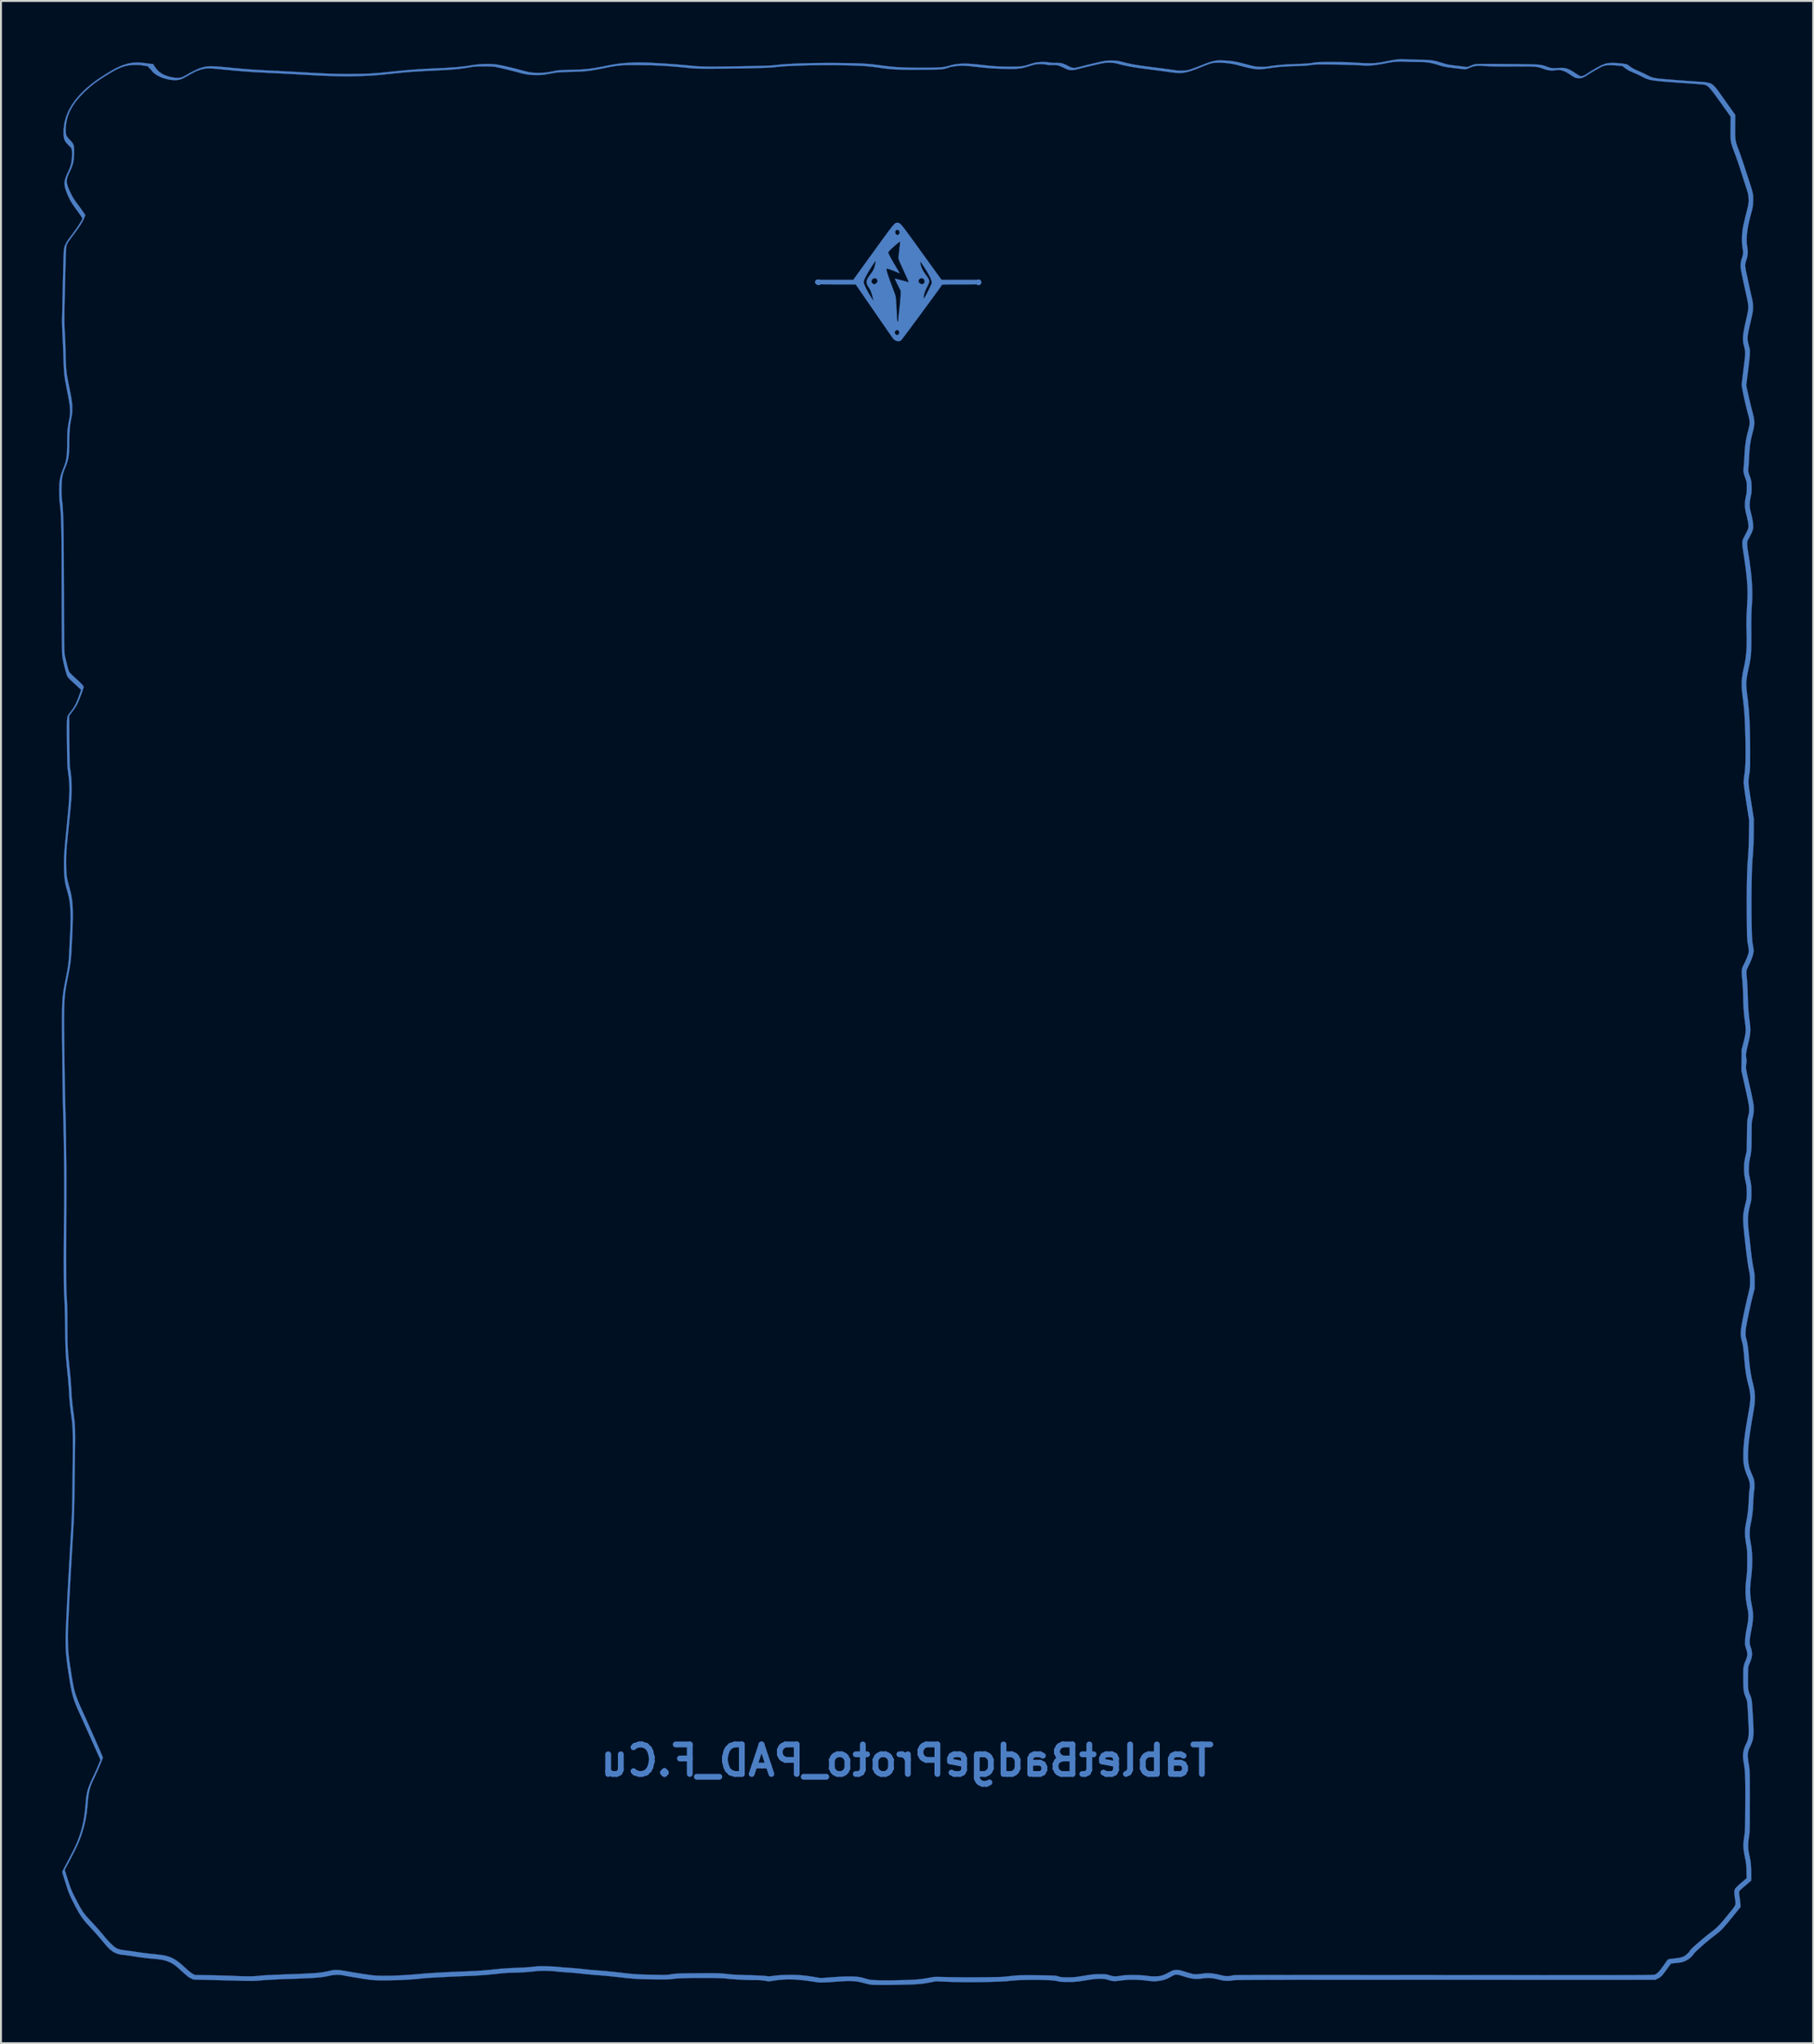
<source format=kicad_pcb>
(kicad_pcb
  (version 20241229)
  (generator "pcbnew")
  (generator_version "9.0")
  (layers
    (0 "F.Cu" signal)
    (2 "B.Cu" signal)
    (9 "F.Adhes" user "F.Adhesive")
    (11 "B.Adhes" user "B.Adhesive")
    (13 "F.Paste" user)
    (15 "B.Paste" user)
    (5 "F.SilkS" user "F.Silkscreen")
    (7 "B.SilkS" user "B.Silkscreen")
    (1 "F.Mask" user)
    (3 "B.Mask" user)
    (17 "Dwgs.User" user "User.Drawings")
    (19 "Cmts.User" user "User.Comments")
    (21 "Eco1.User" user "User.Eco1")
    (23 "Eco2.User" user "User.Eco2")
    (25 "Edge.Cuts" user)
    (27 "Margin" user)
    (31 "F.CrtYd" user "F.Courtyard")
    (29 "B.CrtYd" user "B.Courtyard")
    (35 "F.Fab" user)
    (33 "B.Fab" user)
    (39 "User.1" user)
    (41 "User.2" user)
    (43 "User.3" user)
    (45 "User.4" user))
  (footprint "TabletBadgeProto_PAD_F.Cu"
    (layer "F.Cu")
    (at 43.744 35.708)
    (property "Reference" "TabletBadgeProto_PAD_F.Cu" (at 0 52.07 180) (layer "B.Cu") (effects (font (size 1.524 1.524) (thickness 0.3)) (justify mirror)))
    (attr through_hole)
    (fp_poly (pts (xy -0.521 -27.262) (xy -0.547 -27.26) (xy -0.572 -27.254) (xy -0.599 -27.242) (xy -0.629 -27.221) (xy -0.665 -27.19) (xy -0.707 -27.146) (xy -0.758 -27.087) (xy -0.819 -27.012) (xy -0.892 -26.917) (xy -0.98 -26.8) (xy -1.083 -26.66) (xy -1.205 -26.495) (xy -1.345 -26.301) (xy -1.507 -26.078) (xy -1.686 -25.831) (xy -1.842 -25.615) (xy -1.992 -25.408) (xy -2.133 -25.213) (xy -2.264 -25.032) (xy -2.383 -24.867) (xy -2.487 -24.722) (xy -2.576 -24.6) (xy -2.646 -24.503) (xy -2.696 -24.434) (xy -2.724 -24.395) (xy -2.728 -24.389) (xy -2.776 -24.32) (xy -4.698 -24.32) (xy -4.731 -24.27) (xy -4.749 -24.211) (xy -4.739 -24.152) (xy -4.702 -24.108) (xy -4.688 -24.101) (xy -4.661 -24.098) (xy -4.595 -24.096) (xy -4.495 -24.094) (xy -4.367 -24.092) (xy -4.213 -24.09) (xy -4.038 -24.089) (xy -3.847 -24.088) (xy -3.654 -24.088) (xy -2.654 -24.088) (xy -1.709 -22.716) (xy -1.559 -22.499) (xy -1.416 -22.291) (xy -1.28 -22.095) (xy -1.155 -21.913) (xy -1.042 -21.75) (xy -0.942 -21.606) (xy -0.858 -21.486) (xy -0.792 -21.391) (xy -0.746 -21.325) (xy -0.721 -21.29) (xy -0.719 -21.286) (xy -0.649 -21.223) (xy -0.561 -21.177) (xy -0.47 -21.156) (xy -0.392 -21.163) (xy -0.338 -21.186) (xy -0.315 -21.198) (xy -0.298 -21.218) (xy -0.259 -21.269) (xy -0.199 -21.347) (xy -0.12 -21.451) (xy -0.027 -21.576) (xy 0.005 -21.618) (xy -0.405 -21.618) (xy -0.415 -21.548) (xy -0.445 -21.505) (xy -0.497 -21.469) (xy -0.547 -21.472) (xy -0.588 -21.5) (xy -0.637 -21.561) (xy -0.642 -21.624) (xy -0.613 -21.682) (xy -0.558 -21.727) (xy -0.499 -21.735) (xy -0.447 -21.706) (xy -0.435 -21.691) (xy -0.405 -21.618) (xy 0.005 -21.618) (xy 0.081 -21.72) (xy 0.2 -21.88) (xy 0.328 -22.053) (xy 0.462 -22.234) (xy 0.602 -22.423) (xy 0.743 -22.614) (xy 0.884 -22.806) (xy 1.023 -22.995) (xy 1.157 -23.178) (xy 1.285 -23.352) (xy 1.403 -23.514) (xy 1.51 -23.661) (xy 1.603 -23.789) (xy 1.68 -23.896) (xy 1.739 -23.979) (xy 1.777 -24.034) (xy 1.792 -24.058) (xy 1.792 -24.058) (xy 1.801 -24.065) (xy 1.822 -24.071) (xy 1.861 -24.076) (xy 1.919 -24.08) (xy 2 -24.083) (xy 2.109 -24.085) (xy 2.248 -24.086) (xy 2.42 -24.087) (xy 2.629 -24.088) (xy 2.761 -24.088) (xy 2.988 -24.088) (xy 3.176 -24.088) (xy 3.33 -24.089) (xy 3.452 -24.09) (xy 3.547 -24.092) (xy 3.619 -24.095) (xy 3.67 -24.099) (xy 3.706 -24.104) (xy 3.73 -24.11) (xy 3.744 -24.118) (xy 3.754 -24.126) (xy 3.781 -24.178) (xy 1.274 -24.178) (xy 1.266 -24.142) (xy 1.242 -24.08) (xy 1.206 -23.998) (xy 1.161 -23.902) (xy 1.11 -23.798) (xy 1.056 -23.693) (xy 1.003 -23.591) (xy 0.953 -23.501) (xy 0.91 -23.426) (xy 0.876 -23.374) (xy 0.855 -23.351) (xy 0.85 -23.354) (xy 0.85 -23.392) (xy 0.857 -23.459) (xy 0.868 -23.538) (xy 0.868 -23.541) (xy 0.891 -23.638) (xy 0.93 -23.745) (xy 0.987 -23.872) (xy 1.018 -23.933) (xy 1.067 -24.032) (xy 1.106 -24.122) (xy 1.133 -24.194) (xy 1.136 -24.207) (xy 0.904 -24.207) (xy 0.879 -24.162) (xy 0.861 -24.142) (xy 0.819 -24.104) (xy 0.785 -24.09) (xy 0.741 -24.098) (xy 0.701 -24.111) (xy 0.633 -24.152) (xy 0.6 -24.202) (xy 0.085 -24.202) (xy 0.069 -24.197) (xy 0.05 -24.202) (xy 0.004 -24.218) (xy -0.069 -24.239) (xy -0.16 -24.264) (xy -0.261 -24.291) (xy -0.364 -24.318) (xy -0.46 -24.342) (xy -0.541 -24.362) (xy -0.6 -24.374) (xy -0.626 -24.378) (xy -0.627 -24.378) (xy -0.622 -24.356) (xy -0.6 -24.304) (xy -0.564 -24.227) (xy -0.518 -24.132) (xy -0.484 -24.063) (xy -0.331 -23.76) (xy -0.334 -23.558) (xy -0.337 -23.482) (xy -0.345 -23.371) (xy -0.356 -23.235) (xy -0.37 -23.082) (xy -0.387 -22.92) (xy -0.401 -22.786) (xy -0.418 -22.633) (xy -0.434 -22.494) (xy -0.447 -22.372) (xy -0.457 -22.275) (xy -0.463 -22.208) (xy -0.466 -22.178) (xy -0.466 -22.177) (xy -0.47 -22.141) (xy -0.482 -22.14) (xy -0.497 -22.167) (xy -0.51 -22.217) (xy -0.515 -22.25) (xy -0.52 -22.302) (xy -0.526 -22.389) (xy -0.533 -22.504) (xy -0.54 -22.638) (xy -0.547 -22.785) (xy -0.552 -22.88) (xy -0.559 -23.033) (xy -0.569 -23.175) (xy -0.578 -23.301) (xy -0.588 -23.402) (xy -0.598 -23.472) (xy -0.603 -23.495) (xy -0.618 -23.542) (xy -0.646 -23.621) (xy -0.684 -23.726) (xy -0.73 -23.85) (xy -0.781 -23.986) (xy -0.815 -24.076) (xy -0.887 -24.27) (xy -1.524 -24.27) (xy -1.541 -24.209) (xy -1.582 -24.15) (xy -1.636 -24.109) (xy -1.657 -24.103) (xy -1.699 -24.094) (xy -1.717 -24.091) (xy -1.741 -24.1) (xy -1.781 -24.128) (xy -1.786 -24.132) (xy -1.832 -24.19) (xy -1.844 -24.254) (xy -1.825 -24.317) (xy -1.78 -24.369) (xy -1.714 -24.402) (xy -1.646 -24.408) (xy -1.594 -24.386) (xy -1.549 -24.339) (xy -1.525 -24.283) (xy -1.524 -24.27) (xy -0.887 -24.27) (xy -0.898 -24.301) (xy -0.965 -24.492) (xy -1.016 -24.647) (xy -1.05 -24.765) (xy -1.066 -24.847) (xy -1.065 -24.891) (xy -1.062 -24.897) (xy -1.035 -24.898) (xy -0.976 -24.885) (xy -0.893 -24.86) (xy -0.793 -24.825) (xy -0.684 -24.784) (xy -0.573 -24.738) (xy -0.54 -24.723) (xy -0.47 -24.692) (xy -0.417 -24.671) (xy -0.391 -24.664) (xy -0.39 -24.664) (xy -0.399 -24.683) (xy -0.427 -24.732) (xy -0.47 -24.807) (xy -0.525 -24.901) (xy -0.589 -25.008) (xy -0.596 -25.019) (xy -0.708 -25.207) (xy -0.747 -25.276) (xy -1.624 -25.276) (xy -1.628 -25.226) (xy -1.64 -25.156) (xy -1.658 -25.074) (xy -1.68 -24.991) (xy -1.703 -24.916) (xy -1.725 -24.86) (xy -1.762 -24.795) (xy -1.816 -24.711) (xy -1.877 -24.623) (xy -1.901 -24.591) (xy -1.995 -24.462) (xy -2.057 -24.353) (xy -2.089 -24.257) (xy -2.091 -24.167) (xy -2.063 -24.073) (xy -2.007 -23.969) (xy -1.952 -23.888) (xy -1.908 -23.813) (xy -1.866 -23.717) (xy -1.825 -23.59) (xy -1.807 -23.528) (xy -1.78 -23.429) (xy -1.758 -23.344) (xy -1.742 -23.282) (xy -1.736 -23.252) (xy -1.736 -23.252) (xy -1.746 -23.254) (xy -1.773 -23.288) (xy -1.813 -23.347) (xy -1.862 -23.425) (xy -1.918 -23.516) (xy -1.976 -23.615) (xy -2.033 -23.715) (xy -2.085 -23.811) (xy -2.121 -23.881) (xy -2.185 -24.019) (xy -2.226 -24.124) (xy -2.243 -24.196) (xy -2.244 -24.207) (xy -2.234 -24.264) (xy -2.205 -24.345) (xy -2.154 -24.454) (xy -2.115 -24.53) (xy -2.066 -24.618) (xy -2.008 -24.719) (xy -1.943 -24.828) (xy -1.875 -24.938) (xy -1.809 -25.043) (xy -1.747 -25.137) (xy -1.695 -25.214) (xy -1.655 -25.268) (xy -1.632 -25.293) (xy -1.629 -25.294) (xy -1.624 -25.276) (xy -0.747 -25.276) (xy -0.801 -25.37) (xy -0.876 -25.507) (xy -0.93 -25.614) (xy -0.963 -25.691) (xy -0.974 -25.734) (xy -0.956 -25.772) (xy -0.905 -25.835) (xy -0.818 -25.921) (xy -0.698 -26.031) (xy -0.575 -26.138) (xy -0.485 -26.213) (xy -0.423 -26.261) (xy -0.384 -26.285) (xy -0.364 -26.286) (xy -0.36 -26.273) (xy -0.362 -26.248) (xy -0.369 -26.188) (xy -0.378 -26.099) (xy -0.39 -25.99) (xy -0.402 -25.878) (xy -0.416 -25.751) (xy -0.428 -25.635) (xy -0.437 -25.537) (xy -0.443 -25.466) (xy -0.444 -25.434) (xy -0.435 -25.391) (xy -0.411 -25.32) (xy -0.375 -25.228) (xy -0.33 -25.125) (xy -0.315 -25.093) (xy -0.252 -24.958) (xy -0.188 -24.818) (xy -0.126 -24.681) (xy -0.067 -24.551) (xy -0.014 -24.434) (xy 0.03 -24.335) (xy 0.062 -24.26) (xy 0.081 -24.214) (xy 0.085 -24.202) (xy 0.6 -24.202) (xy 0.593 -24.212) (xy 0.586 -24.281) (xy 0.597 -24.315) (xy 0.647 -24.379) (xy 0.714 -24.409) (xy 0.785 -24.402) (xy 0.849 -24.369) (xy 0.886 -24.318) (xy 0.902 -24.262) (xy 0.904 -24.207) (xy 1.136 -24.207) (xy 1.143 -24.238) (xy 1.143 -24.239) (xy 1.135 -24.297) (xy 1.11 -24.362) (xy 1.064 -24.441) (xy 0.993 -24.541) (xy 0.959 -24.585) (xy 0.847 -24.746) (xy 0.762 -24.904) (xy 0.706 -25.053) (xy 0.686 -25.157) (xy 0.673 -25.284) (xy 0.775 -25.135) (xy 0.917 -24.922) (xy 1.037 -24.728) (xy 1.134 -24.556) (xy 1.207 -24.408) (xy 1.253 -24.287) (xy 1.273 -24.195) (xy 1.274 -24.178) (xy 3.781 -24.178) (xy 3.786 -24.188) (xy 3.777 -24.258) (xy 3.767 -24.28) (xy 3.76 -24.289) (xy 3.75 -24.297) (xy 3.731 -24.304) (xy 3.701 -24.309) (xy 3.656 -24.313) (xy 3.591 -24.316) (xy 3.504 -24.318) (xy 3.391 -24.319) (xy 3.248 -24.32) (xy 3.072 -24.32) (xy 2.858 -24.32) (xy 2.763 -24.32) (xy 1.78 -24.32) (xy 1.717 -24.4) (xy 1.695 -24.429) (xy 1.65 -24.49) (xy 1.584 -24.58) (xy 1.5 -24.696) (xy 1.399 -24.835) (xy 1.284 -24.995) (xy 1.156 -25.172) (xy 1.018 -25.363) (xy 0.871 -25.567) (xy 0.717 -25.78) (xy 0.679 -25.834) (xy 0.495 -26.089) (xy 0.334 -26.311) (xy 0.195 -26.504) (xy 0.075 -26.668) (xy -0.011 -26.784) (xy -0.384 -26.784) (xy -0.395 -26.715) (xy -0.424 -26.674) (xy -0.468 -26.636) (xy -0.509 -26.631) (xy -0.549 -26.648) (xy -0.593 -26.693) (xy -0.616 -26.758) (xy -0.613 -26.825) (xy -0.606 -26.842) (xy -0.564 -26.886) (xy -0.506 -26.901) (xy -0.448 -26.887) (xy -0.415 -26.857) (xy -0.384 -26.784) (xy -0.011 -26.784) (xy -0.028 -26.807) (xy -0.115 -26.923) (xy -0.187 -27.017) (xy -0.248 -27.092) (xy -0.298 -27.15) (xy -0.34 -27.193) (xy -0.375 -27.223) (xy -0.405 -27.243) (xy -0.431 -27.255) (xy -0.456 -27.261) (xy -0.482 -27.263) (xy -0.492 -27.263) (xy -0.521 -27.262)) (stroke (width 0.01) (type solid)) (fill yes) (layer "B.Cu"))
    (fp_poly (pts (xy 25.355 -35.697) (xy 25.226 -35.683) (xy 25.08 -35.662) (xy 24.91 -35.632) (xy 24.706 -35.592) (xy 24.696 -35.59) (xy 24.546 -35.56) (xy 24.41 -35.536) (xy 24.282 -35.518) (xy 24.157 -35.505) (xy 24.029 -35.496) (xy 23.891 -35.493) (xy 23.74 -35.494) (xy 23.568 -35.5) (xy 23.369 -35.51) (xy 23.139 -35.524) (xy 22.934 -35.537) (xy 22.828 -35.543) (xy 22.695 -35.548) (xy 22.54 -35.552) (xy 22.37 -35.555) (xy 22.189 -35.557) (xy 22.004 -35.558) (xy 21.82 -35.559) (xy 21.643 -35.558) (xy 21.478 -35.556) (xy 21.331 -35.554) (xy 21.208 -35.55) (xy 21.114 -35.546) (xy 21.055 -35.54) (xy 21.045 -35.538) (xy 20.958 -35.52) (xy 20.864 -35.505) (xy 20.755 -35.492) (xy 20.628 -35.482) (xy 20.476 -35.472) (xy 20.294 -35.464) (xy 20.076 -35.456) (xy 20.024 -35.454) (xy 19.687 -35.44) (xy 19.372 -35.42) (xy 19.083 -35.394) (xy 18.827 -35.363) (xy 18.608 -35.328) (xy 18.493 -35.313) (xy 18.351 -35.307) (xy 18.199 -35.309) (xy 18.052 -35.318) (xy 17.925 -35.336) (xy 17.922 -35.336) (xy 17.85 -35.352) (xy 17.747 -35.376) (xy 17.623 -35.406) (xy 17.488 -35.441) (xy 17.364 -35.473) (xy 17.173 -35.523) (xy 17.008 -35.56) (xy 16.859 -35.589) (xy 16.711 -35.609) (xy 16.553 -35.624) (xy 16.371 -35.635) (xy 16.309 -35.638) (xy 16.179 -35.642) (xy 16.065 -35.641) (xy 15.958 -35.633) (xy 15.853 -35.616) (xy 15.741 -35.59) (xy 15.617 -35.553) (xy 15.473 -35.502) (xy 15.302 -35.437) (xy 15.155 -35.379) (xy 15.01 -35.322) (xy 14.869 -35.269) (xy 14.74 -35.221) (xy 14.63 -35.183) (xy 14.546 -35.156) (xy 14.51 -35.146) (xy 14.382 -35.125) (xy 14.23 -35.114) (xy 14.071 -35.113) (xy 13.921 -35.122) (xy 13.832 -35.134) (xy 13.783 -35.142) (xy 13.697 -35.154) (xy 13.58 -35.17) (xy 13.438 -35.189) (xy 13.275 -35.211) (xy 13.096 -35.234) (xy 12.909 -35.258) (xy 12.869 -35.263) (xy 12.598 -35.298) (xy 12.363 -35.329) (xy 12.161 -35.357) (xy 11.986 -35.382) (xy 11.834 -35.405) (xy 11.699 -35.428) (xy 11.576 -35.451) (xy 11.461 -35.475) (xy 11.349 -35.5) (xy 11.235 -35.528) (xy 11.165 -35.545) (xy 11.034 -35.579) (xy 10.931 -35.602) (xy 10.846 -35.618) (xy 10.766 -35.627) (xy 10.679 -35.631) (xy 10.574 -35.633) (xy 10.541 -35.633) (xy 10.447 -35.633) (xy 10.367 -35.631) (xy 10.294 -35.625) (xy 10.218 -35.616) (xy 10.133 -35.602) (xy 10.029 -35.58) (xy 9.898 -35.552) (xy 9.768 -35.522) (xy 9.613 -35.486) (xy 9.454 -35.448) (xy 9.303 -35.412) (xy 9.17 -35.379) (xy 9.064 -35.352) (xy 9.038 -35.345) (xy 8.898 -35.309) (xy 8.792 -35.282) (xy 8.712 -35.265) (xy 8.652 -35.256) (xy 8.604 -35.254) (xy 8.562 -35.257) (xy 8.552 -35.258) (xy 8.517 -35.265) (xy 8.481 -35.275) (xy 8.438 -35.291) (xy 8.38 -35.318) (xy 8.298 -35.358) (xy 8.198 -35.409) (xy 8.055 -35.47) (xy 7.912 -35.505) (xy 7.755 -35.516) (xy 7.666 -35.513) (xy 7.54 -35.512) (xy 7.424 -35.521) (xy 7.368 -35.532) (xy 7.269 -35.547) (xy 7.141 -35.556) (xy 6.999 -35.559) (xy 6.856 -35.554) (xy 6.724 -35.544) (xy 6.63 -35.529) (xy 6.539 -35.507) (xy 6.429 -35.477) (xy 6.32 -35.444) (xy 6.295 -35.436) (xy 6.187 -35.401) (xy 6.089 -35.374) (xy 5.996 -35.354) (xy 5.898 -35.339) (xy 5.788 -35.329) (xy 5.659 -35.323) (xy 5.504 -35.32) (xy 5.313 -35.319) (xy 5.313 -35.319) (xy 5.123 -35.32) (xy 4.948 -35.323) (xy 4.781 -35.329) (xy 4.612 -35.338) (xy 4.434 -35.351) (xy 4.24 -35.368) (xy 4.021 -35.39) (xy 3.769 -35.418) (xy 3.719 -35.423) (xy 3.418 -35.453) (xy 3.152 -35.471) (xy 2.915 -35.475) (xy 2.702 -35.467) (xy 2.508 -35.446) (xy 2.326 -35.412) (xy 2.169 -35.369) (xy 2.08 -35.344) (xy 1.989 -35.322) (xy 1.893 -35.305) (xy 1.786 -35.291) (xy 1.663 -35.281) (xy 1.521 -35.273) (xy 1.353 -35.268) (xy 1.154 -35.265) (xy 0.921 -35.264) (xy 0.8 -35.264) (xy 0.479 -35.265) (xy 0.195 -35.268) (xy -0.06 -35.274) (xy -0.293 -35.283) (xy -0.508 -35.295) (xy -0.713 -35.311) (xy -0.915 -35.33) (xy -1.119 -35.354) (xy -1.303 -35.378) (xy -1.478 -35.402) (xy -1.639 -35.422) (xy -1.793 -35.44) (xy -1.945 -35.454) (xy -2.099 -35.466) (xy -2.262 -35.476) (xy -2.438 -35.485) (xy -2.633 -35.491) (xy -2.853 -35.497) (xy -3.103 -35.502) (xy -3.387 -35.506) (xy -3.493 -35.508) (xy -3.821 -35.511) (xy -4.155 -35.511) (xy -4.491 -35.508) (xy -4.824 -35.504) (xy -5.149 -35.496) (xy -5.462 -35.487) (xy -5.758 -35.476) (xy -6.033 -35.463) (xy -6.282 -35.448) (xy -6.501 -35.431) (xy -6.685 -35.413) (xy -6.784 -35.401) (xy -6.86 -35.392) (xy -6.963 -35.385) (xy -7.095 -35.377) (xy -7.258 -35.37) (xy -7.454 -35.364) (xy -7.687 -35.358) (xy -7.957 -35.351) (xy -8.191 -35.347) (xy -8.575 -35.34) (xy -8.919 -35.334) (xy -9.227 -35.33) (xy -9.502 -35.326) (xy -9.746 -35.324) (xy -9.963 -35.323) (xy -10.156 -35.323) (xy -10.328 -35.325) (xy -10.481 -35.328) (xy -10.619 -35.332) (xy -10.745 -35.338) (xy -10.861 -35.344) (xy -10.971 -35.353) (xy -11.078 -35.362) (xy -11.123 -35.367) (xy -11.415 -35.395) (xy -11.738 -35.422) (xy -12.082 -35.449) (xy -12.437 -35.473) (xy -12.792 -35.495) (xy -13.137 -35.514) (xy -13.301 -35.521) (xy -13.518 -35.53) (xy -13.703 -35.535) (xy -13.87 -35.536) (xy -14.029 -35.534) (xy -14.191 -35.528) (xy -14.306 -35.521) (xy -14.487 -35.51) (xy -14.646 -35.498) (xy -14.792 -35.484) (xy -14.933 -35.466) (xy -15.08 -35.444) (xy -15.241 -35.417) (xy -15.426 -35.382) (xy -15.642 -35.339) (xy -15.642 -35.339) (xy -15.86 -35.297) (xy -16.05 -35.262) (xy -16.22 -35.234) (xy -16.379 -35.212) (xy -16.536 -35.195) (xy -16.701 -35.181) (xy -16.883 -35.171) (xy -17.089 -35.163) (xy -17.304 -35.157) (xy -17.472 -35.152) (xy -17.629 -35.147) (xy -17.769 -35.142) (xy -17.886 -35.136) (xy -17.976 -35.132) (xy -18.031 -35.127) (xy -18.045 -35.126) (xy -18.229 -35.088) (xy -18.381 -35.058) (xy -18.507 -35.036) (xy -18.615 -35.02) (xy -18.714 -35.01) (xy -18.811 -35.004) (xy -18.914 -35.001) (xy -19.008 -35) (xy -19.135 -35.001) (xy -19.245 -35.005) (xy -19.348 -35.014) (xy -19.451 -35.028) (xy -19.562 -35.049) (xy -19.689 -35.079) (xy -19.84 -35.118) (xy -20.021 -35.167) (xy -20.212 -35.218) (xy -20.412 -35.268) (xy -20.613 -35.316) (xy -20.805 -35.359) (xy -20.981 -35.395) (xy -21.13 -35.422) (xy -21.209 -35.434) (xy -21.448 -35.456) (xy -21.715 -35.46) (xy -22.001 -35.448) (xy -22.296 -35.418) (xy -22.468 -35.393) (xy -22.657 -35.364) (xy -22.839 -35.339) (xy -23.024 -35.317) (xy -23.216 -35.298) (xy -23.423 -35.281) (xy -23.65 -35.265) (xy -23.905 -35.25) (xy -24.195 -35.236) (xy -24.278 -35.232) (xy -24.594 -35.218) (xy -24.876 -35.203) (xy -25.133 -35.189) (xy -25.376 -35.173) (xy -25.612 -35.155) (xy -25.851 -35.135) (xy -26.102 -35.112) (xy -26.373 -35.085) (xy -26.675 -35.053) (xy -26.776 -35.042) (xy -27.037 -35.015) (xy -27.278 -34.993) (xy -27.508 -34.976) (xy -27.734 -34.963) (xy -27.968 -34.953) (xy -28.217 -34.947) (xy -28.49 -34.944) (xy -28.787 -34.943) (xy -28.965 -34.943) (xy -29.129 -34.944) (xy -29.284 -34.946) (xy -29.435 -34.948) (xy -29.585 -34.951) (xy -29.74 -34.956) (xy -29.904 -34.962) (xy -30.082 -34.97) (xy -30.279 -34.979) (xy -30.498 -34.99) (xy -30.745 -35.003) (xy -31.024 -35.019) (xy -31.34 -35.037) (xy -31.401 -35.041) (xy -31.604 -35.052) (xy -31.807 -35.063) (xy -32.001 -35.074) (xy -32.181 -35.084) (xy -32.34 -35.092) (xy -32.471 -35.099) (xy -32.568 -35.104) (xy -32.586 -35.104) (xy -32.906 -35.119) (xy -33.197 -35.134) (xy -33.467 -35.149) (xy -33.726 -35.165) (xy -33.983 -35.184) (xy -34.247 -35.205) (xy -34.527 -35.23) (xy -34.832 -35.258) (xy -35.126 -35.287) (xy -35.359 -35.309) (xy -35.556 -35.326) (xy -35.722 -35.336) (xy -35.863 -35.341) (xy -35.983 -35.34) (xy -36.09 -35.332) (xy -36.187 -35.319) (xy -36.281 -35.299) (xy -36.374 -35.274) (xy -36.554 -35.211) (xy -36.761 -35.118) (xy -36.992 -34.997) (xy -37.164 -34.898) (xy -37.258 -34.845) (xy -37.352 -34.8) (xy -37.432 -34.766) (xy -37.469 -34.755) (xy -37.595 -34.739) (xy -37.748 -34.744) (xy -37.92 -34.768) (xy -38.047 -34.797) (xy -38.266 -34.868) (xy -38.45 -34.959) (xy -38.605 -35.072) (xy -38.735 -35.212) (xy -38.792 -35.293) (xy -38.894 -35.451) (xy -39.031 -35.465) (xy -39.117 -35.475) (xy -39.226 -35.489) (xy -39.337 -35.504) (xy -39.37 -35.509) (xy -39.655 -35.534) (xy -39.932 -35.523) (xy -40.207 -35.474) (xy -40.484 -35.388) (xy -40.769 -35.262) (xy -40.772 -35.261) (xy -40.892 -35.197) (xy -41.038 -35.113) (xy -41.201 -35.015) (xy -41.373 -34.909) (xy -41.545 -34.798) (xy -41.709 -34.69) (xy -41.857 -34.589) (xy -41.979 -34.5) (xy -42.012 -34.474) (xy -42.345 -34.196) (xy -42.636 -33.915) (xy -42.884 -33.63) (xy -43.092 -33.34) (xy -43.258 -33.046) (xy -43.382 -32.746) (xy -43.467 -32.441) (xy -43.51 -32.13) (xy -43.515 -31.848) (xy -43.507 -31.721) (xy -43.49 -31.616) (xy -43.46 -31.527) (xy -43.412 -31.443) (xy -43.343 -31.356) (xy -43.247 -31.259) (xy -43.169 -31.186) (xy -43.128 -31.135) (xy -43.1 -31.065) (xy -43.083 -30.971) (xy -43.077 -30.847) (xy -43.081 -30.692) (xy -43.094 -30.512) (xy -43.117 -30.354) (xy -43.155 -30.206) (xy -43.21 -30.052) (xy -43.286 -29.881) (xy -43.304 -29.844) (xy -43.379 -29.679) (xy -43.431 -29.532) (xy -43.46 -29.396) (xy -43.466 -29.263) (xy -43.449 -29.124) (xy -43.408 -28.972) (xy -43.344 -28.798) (xy -43.291 -28.67) (xy -43.188 -28.456) (xy -43.069 -28.252) (xy -42.924 -28.043) (xy -42.895 -28.003) (xy -42.821 -27.905) (xy -42.745 -27.799) (xy -42.677 -27.702) (xy -42.641 -27.649) (xy -42.539 -27.495) (xy -42.579 -27.405) (xy -42.616 -27.334) (xy -42.675 -27.236) (xy -42.751 -27.118) (xy -42.84 -26.986) (xy -42.937 -26.848) (xy -43.038 -26.709) (xy -43.139 -26.577) (xy -43.151 -26.561) (xy -43.267 -26.406) (xy -43.355 -26.273) (xy -43.419 -26.153) (xy -43.463 -26.04) (xy -43.491 -25.927) (xy -43.496 -25.893) (xy -43.5 -25.849) (xy -43.504 -25.766) (xy -43.509 -25.648) (xy -43.515 -25.498) (xy -43.52 -25.321) (xy -43.526 -25.121) (xy -43.532 -24.9) (xy -43.538 -24.663) (xy -43.544 -24.414) (xy -43.549 -24.183) (xy -43.555 -23.921) (xy -43.56 -23.666) (xy -43.566 -23.421) (xy -43.571 -23.191) (xy -43.576 -22.979) (xy -43.58 -22.791) (xy -43.584 -22.629) (xy -43.588 -22.497) (xy -43.59 -22.401) (xy -43.592 -22.352) (xy -43.594 -22.255) (xy -43.593 -22.125) (xy -43.589 -21.972) (xy -43.584 -21.806) (xy -43.577 -21.637) (xy -43.571 -21.537) (xy -43.563 -21.369) (xy -43.553 -21.171) (xy -43.544 -20.953) (xy -43.535 -20.728) (xy -43.527 -20.507) (xy -43.52 -20.301) (xy -43.519 -20.278) (xy -43.512 -20.048) (xy -43.504 -19.852) (xy -43.495 -19.683) (xy -43.483 -19.53) (xy -43.469 -19.388) (xy -43.45 -19.246) (xy -43.427 -19.098) (xy -43.397 -18.934) (xy -43.361 -18.747) (xy -43.34 -18.637) (xy -43.291 -18.388) (xy -43.251 -18.175) (xy -43.22 -17.992) (xy -43.198 -17.834) (xy -43.184 -17.696) (xy -43.178 -17.573) (xy -43.179 -17.458) (xy -43.187 -17.347) (xy -43.203 -17.235) (xy -43.224 -17.115) (xy -43.232 -17.073) (xy -43.262 -16.923) (xy -43.284 -16.785) (xy -43.302 -16.65) (xy -43.314 -16.511) (xy -43.322 -16.357) (xy -43.326 -16.18) (xy -43.328 -15.972) (xy -43.328 -15.915) (xy -43.331 -15.657) (xy -43.34 -15.435) (xy -43.356 -15.242) (xy -43.38 -15.074) (xy -43.412 -14.924) (xy -43.454 -14.786) (xy -43.49 -14.69) (xy -43.567 -14.496) (xy -43.627 -14.33) (xy -43.672 -14.179) (xy -43.703 -14.034) (xy -43.723 -13.885) (xy -43.734 -13.719) (xy -43.738 -13.528) (xy -43.739 -13.462) (xy -43.738 -13.315) (xy -43.734 -13.165) (xy -43.728 -13.023) (xy -43.72 -12.902) (xy -43.713 -12.827) (xy -43.701 -12.725) (xy -43.69 -12.625) (xy -43.68 -12.524) (xy -43.671 -12.422) (xy -43.663 -12.314) (xy -43.656 -12.2) (xy -43.65 -12.076) (xy -43.644 -11.94) (xy -43.639 -11.791) (xy -43.634 -11.626) (xy -43.63 -11.442) (xy -43.627 -11.237) (xy -43.624 -11.01) (xy -43.621 -10.757) (xy -43.619 -10.477) (xy -43.617 -10.167) (xy -43.616 -9.825) (xy -43.614 -9.449) (xy -43.613 -9.036) (xy -43.612 -8.585) (xy -43.611 -8.329) (xy -43.61 -7.885) (xy -43.609 -7.48) (xy -43.608 -7.114) (xy -43.607 -6.785) (xy -43.605 -6.489) (xy -43.604 -6.226) (xy -43.603 -5.994) (xy -43.601 -5.789) (xy -43.599 -5.611) (xy -43.597 -5.458) (xy -43.595 -5.326) (xy -43.593 -5.215) (xy -43.59 -5.122) (xy -43.587 -5.046) (xy -43.584 -4.983) (xy -43.58 -4.933) (xy -43.576 -4.894) (xy -43.572 -4.862) (xy -43.571 -4.858) (xy -43.548 -4.73) (xy -43.518 -4.59) (xy -43.485 -4.443) (xy -43.449 -4.297) (xy -43.413 -4.16) (xy -43.379 -4.039) (xy -43.349 -3.942) (xy -43.324 -3.876) (xy -43.316 -3.861) (xy -43.281 -3.812) (xy -43.221 -3.745) (xy -43.147 -3.669) (xy -43.07 -3.598) (xy -42.978 -3.514) (xy -42.882 -3.426) (xy -42.796 -3.346) (xy -42.743 -3.295) (xy -42.612 -3.169) (xy -42.707 -2.892) (xy -42.793 -2.658) (xy -42.879 -2.461) (xy -42.968 -2.295) (xy -43.063 -2.154) (xy -43.075 -2.138) (xy -43.135 -2.06) (xy -43.194 -1.984) (xy -43.24 -1.924) (xy -43.243 -1.919) (xy -43.266 -1.888) (xy -43.286 -1.855) (xy -43.302 -1.819) (xy -43.315 -1.774) (xy -43.326 -1.719) (xy -43.334 -1.649) (xy -43.34 -1.562) (xy -43.344 -1.453) (xy -43.346 -1.32) (xy -43.347 -1.159) (xy -43.346 -0.966) (xy -43.344 -0.739) (xy -43.34 -0.473) (xy -43.34 -0.413) (xy -43.336 -0.148) (xy -43.333 0.079) (xy -43.33 0.272) (xy -43.326 0.435) (xy -43.322 0.572) (xy -43.317 0.687) (xy -43.312 0.785) (xy -43.306 0.869) (xy -43.298 0.944) (xy -43.29 1.014) (xy -43.284 1.058) (xy -43.26 1.228) (xy -43.242 1.391) (xy -43.227 1.55) (xy -43.218 1.71) (xy -43.213 1.875) (xy -43.213 2.049) (xy -43.218 2.237) (xy -43.228 2.444) (xy -43.243 2.673) (xy -43.263 2.928) (xy -43.288 3.215) (xy -43.319 3.537) (xy -43.338 3.725) (xy -43.369 4.042) (xy -43.396 4.32) (xy -43.42 4.564) (xy -43.439 4.777) (xy -43.455 4.964) (xy -43.468 5.129) (xy -43.478 5.276) (xy -43.486 5.408) (xy -43.491 5.529) (xy -43.494 5.644) (xy -43.495 5.755) (xy -43.494 5.869) (xy -43.493 5.987) (xy -43.492 6.021) (xy -43.484 6.266) (xy -43.47 6.478) (xy -43.45 6.665) (xy -43.422 6.834) (xy -43.385 6.996) (xy -43.351 7.114) (xy -43.289 7.333) (xy -43.24 7.54) (xy -43.203 7.745) (xy -43.178 7.958) (xy -43.162 8.188) (xy -43.155 8.444) (xy -43.154 8.604) (xy -43.155 8.775) (xy -43.159 8.96) (xy -43.164 9.146) (xy -43.17 9.319) (xy -43.178 9.464) (xy -43.178 9.472) (xy -43.187 9.617) (xy -43.196 9.789) (xy -43.205 9.975) (xy -43.214 10.16) (xy -43.222 10.329) (xy -43.23 10.505) (xy -43.239 10.66) (xy -43.251 10.802) (xy -43.266 10.94) (xy -43.285 11.081) (xy -43.309 11.235) (xy -43.341 11.41) (xy -43.38 11.613) (xy -43.402 11.726) (xy -43.432 11.878) (xy -43.459 12.018) (xy -43.483 12.148) (xy -43.504 12.272) (xy -43.523 12.391) (xy -43.539 12.51) (xy -43.553 12.632) (xy -43.564 12.758) (xy -43.574 12.892) (xy -43.582 13.037) (xy -43.588 13.196) (xy -43.592 13.372) (xy -43.595 13.568) (xy -43.596 13.786) (xy -43.596 14.029) (xy -43.595 14.302) (xy -43.593 14.605) (xy -43.59 14.943) (xy -43.586 15.318) (xy -43.583 15.621) (xy -43.58 15.944) (xy -43.576 16.264) (xy -43.573 16.577) (xy -43.569 16.88) (xy -43.565 17.17) (xy -43.561 17.441) (xy -43.557 17.692) (xy -43.553 17.918) (xy -43.55 18.116) (xy -43.546 18.281) (xy -43.543 18.411) (xy -43.541 18.489) (xy -43.53 18.836) (xy -43.52 19.22) (xy -43.511 19.634) (xy -43.503 20.071) (xy -43.497 20.527) (xy -43.491 20.994) (xy -43.487 21.467) (xy -43.484 21.939) (xy -43.483 22.404) (xy -43.483 22.857) (xy -43.484 23.291) (xy -43.487 23.7) (xy -43.489 23.855) (xy -43.494 24.304) (xy -43.498 24.739) (xy -43.501 25.159) (xy -43.504 25.56) (xy -43.505 25.941) (xy -43.506 26.3) (xy -43.505 26.634) (xy -43.504 26.942) (xy -43.502 27.221) (xy -43.5 27.469) (xy -43.496 27.684) (xy -43.491 27.865) (xy -43.486 28.008) (xy -43.48 28.111) (xy -43.477 28.141) (xy -43.472 28.212) (xy -43.466 28.322) (xy -43.461 28.465) (xy -43.455 28.638) (xy -43.45 28.837) (xy -43.445 29.056) (xy -43.44 29.293) (xy -43.436 29.542) (xy -43.434 29.686) (xy -43.43 29.968) (xy -43.427 30.214) (xy -43.423 30.43) (xy -43.418 30.62) (xy -43.413 30.792) (xy -43.406 30.951) (xy -43.398 31.103) (xy -43.388 31.254) (xy -43.376 31.409) (xy -43.362 31.576) (xy -43.345 31.759) (xy -43.325 31.964) (xy -43.301 32.198) (xy -43.298 32.226) (xy -43.282 32.392) (xy -43.267 32.566) (xy -43.253 32.737) (xy -43.242 32.892) (xy -43.235 33.02) (xy -43.234 33.052) (xy -43.219 33.314) (xy -43.196 33.594) (xy -43.164 33.901) (xy -43.121 34.239) (xy -43.104 34.364) (xy -43.091 34.458) (xy -43.08 34.552) (xy -43.07 34.646) (xy -43.062 34.745) (xy -43.055 34.852) (xy -43.049 34.968) (xy -43.044 35.098) (xy -43.041 35.243) (xy -43.038 35.407) (xy -43.037 35.592) (xy -43.037 35.801) (xy -43.037 36.038) (xy -43.039 36.305) (xy -43.041 36.604) (xy -43.045 36.939) (xy -43.049 37.313) (xy -43.05 37.444) (xy -43.054 37.776) (xy -43.058 38.07) (xy -43.061 38.332) (xy -43.065 38.565) (xy -43.068 38.775) (xy -43.072 38.966) (xy -43.077 39.143) (xy -43.082 39.31) (xy -43.088 39.473) (xy -43.095 39.636) (xy -43.103 39.804) (xy -43.112 39.982) (xy -43.123 40.174) (xy -43.135 40.384) (xy -43.149 40.619) (xy -43.157 40.756) (xy -43.189 41.304) (xy -43.221 41.862) (xy -43.253 42.422) (xy -43.283 42.977) (xy -43.312 43.517) (xy -43.338 44.035) (xy -43.363 44.523) (xy -43.372 44.725) (xy -43.387 45.048) (xy -43.398 45.335) (xy -43.406 45.592) (xy -43.409 45.826) (xy -43.409 46.041) (xy -43.403 46.245) (xy -43.393 46.444) (xy -43.377 46.644) (xy -43.356 46.85) (xy -43.33 47.069) (xy -43.297 47.307) (xy -43.257 47.571) (xy -43.223 47.792) (xy -43.181 48.048) (xy -43.142 48.27) (xy -43.103 48.465) (xy -43.062 48.641) (xy -43.016 48.806) (xy -42.964 48.968) (xy -42.902 49.134) (xy -42.83 49.311) (xy -42.743 49.509) (xy -42.662 49.689) (xy -42.615 49.792) (xy -42.553 49.927) (xy -42.48 50.09) (xy -42.398 50.273) (xy -42.309 50.471) (xy -42.216 50.678) (xy -42.123 50.887) (xy -42.044 51.064) (xy -41.611 52.037) (xy -41.721 52.302) (xy -41.768 52.412) (xy -41.827 52.547) (xy -41.894 52.695) (xy -41.962 52.842) (xy -42.007 52.938) (xy -42.104 53.149) (xy -42.182 53.334) (xy -42.243 53.502) (xy -42.289 53.662) (xy -42.324 53.824) (xy -42.35 53.997) (xy -42.37 54.191) (xy -42.375 54.261) (xy -42.402 54.578) (xy -42.435 54.862) (xy -42.476 55.121) (xy -42.525 55.365) (xy -42.585 55.602) (xy -42.623 55.732) (xy -42.67 55.883) (xy -42.718 56.024) (xy -42.769 56.163) (xy -42.826 56.303) (xy -42.89 56.45) (xy -42.966 56.61) (xy -43.054 56.787) (xy -43.157 56.988) (xy -43.278 57.217) (xy -43.35 57.352) (xy -43.416 57.476) (xy -43.475 57.589) (xy -43.523 57.685) (xy -43.559 57.757) (xy -43.579 57.801) (xy -43.582 57.812) (xy -43.576 57.838) (xy -43.559 57.899) (xy -43.532 57.99) (xy -43.497 58.104) (xy -43.456 58.237) (xy -43.41 58.383) (xy -43.408 58.388) (xy -43.354 58.56) (xy -43.308 58.701) (xy -43.266 58.819) (xy -43.225 58.925) (xy -43.182 59.028) (xy -43.132 59.136) (xy -43.071 59.26) (xy -42.997 59.408) (xy -42.993 59.415) (xy -42.883 59.629) (xy -42.784 59.812) (xy -42.693 59.968) (xy -42.606 60.105) (xy -42.517 60.23) (xy -42.423 60.349) (xy -42.32 60.468) (xy -42.237 60.558) (xy -42.007 60.806) (xy -41.784 61.056) (xy -41.576 61.296) (xy -41.391 61.519) (xy -41.386 61.525) (xy -41.235 61.698) (xy -41.091 61.835) (xy -40.946 61.939) (xy -40.796 62.014) (xy -40.634 62.063) (xy -40.453 62.09) (xy -40.439 62.091) (xy -40.366 62.099) (xy -40.26 62.112) (xy -40.132 62.13) (xy -39.989 62.151) (xy -39.843 62.174) (xy -39.815 62.178) (xy -39.649 62.203) (xy -39.468 62.228) (xy -39.286 62.251) (xy -39.118 62.27) (xy -38.989 62.282) (xy -38.798 62.3) (xy -38.642 62.316) (xy -38.515 62.333) (xy -38.408 62.351) (xy -38.315 62.372) (xy -38.228 62.398) (xy -38.158 62.422) (xy -38.04 62.469) (xy -37.933 62.522) (xy -37.827 62.588) (xy -37.716 62.671) (xy -37.59 62.776) (xy -37.487 62.87) (xy -37.36 62.985) (xy -37.26 63.075) (xy -37.18 63.145) (xy -37.115 63.197) (xy -37.061 63.237) (xy -37.011 63.268) (xy -36.962 63.294) (xy -36.936 63.307) (xy -36.819 63.362) (xy -35.803 63.388) (xy -35.574 63.394) (xy -35.337 63.4) (xy -35.1 63.406) (xy -34.869 63.412) (xy -34.654 63.417) (xy -34.461 63.422) (xy -34.299 63.426) (xy -34.227 63.428) (xy -34.032 63.433) (xy -33.872 63.434) (xy -33.737 63.433) (xy -33.619 63.43) (xy -33.509 63.423) (xy -33.398 63.412) (xy -33.359 63.408) (xy -33.27 63.4) (xy -33.146 63.391) (xy -32.992 63.381) (xy -32.815 63.371) (xy -32.621 63.362) (xy -32.417 63.352) (xy -32.208 63.344) (xy -32.12 63.341) (xy -31.794 63.329) (xy -31.506 63.319) (xy -31.254 63.309) (xy -31.034 63.3) (xy -30.843 63.291) (xy -30.677 63.282) (xy -30.534 63.273) (xy -30.409 63.263) (xy -30.299 63.253) (xy -30.201 63.242) (xy -30.112 63.229) (xy -30.028 63.215) (xy -29.946 63.199) (xy -29.862 63.182) (xy -29.803 63.168) (xy -29.587 63.129) (xy -29.393 63.116) (xy -29.207 63.128) (xy -29.091 63.148) (xy -28.982 63.17) (xy -28.837 63.197) (xy -28.661 63.227) (xy -28.462 63.26) (xy -28.244 63.295) (xy -28.014 63.331) (xy -27.919 63.345) (xy -27.801 63.362) (xy -27.7 63.376) (xy -27.606 63.386) (xy -27.512 63.394) (xy -27.411 63.399) (xy -27.295 63.402) (xy -27.155 63.404) (xy -26.984 63.404) (xy -26.892 63.404) (xy -26.636 63.402) (xy -26.365 63.396) (xy -26.089 63.386) (xy -25.817 63.372) (xy -25.557 63.356) (xy -25.319 63.337) (xy -25.111 63.316) (xy -25.051 63.309) (xy -24.982 63.302) (xy -24.875 63.294) (xy -24.736 63.284) (xy -24.569 63.274) (xy -24.379 63.262) (xy -24.171 63.251) (xy -23.95 63.239) (xy -23.721 63.227) (xy -23.489 63.216) (xy -23.258 63.205) (xy -23.033 63.195) (xy -22.82 63.186) (xy -22.722 63.182) (xy -22.34 63.166) (xy -21.983 63.144) (xy -21.635 63.117) (xy -21.279 63.083) (xy -21.023 63.055) (xy -20.882 63.04) (xy -20.734 63.028) (xy -20.595 63.019) (xy -20.477 63.014) (xy -20.43 63.013) (xy -20.262 63.01) (xy -20.071 63.004) (xy -19.869 62.994) (xy -19.666 62.981) (xy -19.475 62.966) (xy -19.305 62.95) (xy -19.188 62.936) (xy -19.034 62.922) (xy -18.851 62.914) (xy -18.65 62.913) (xy -18.443 62.919) (xy -18.242 62.932) (xy -18.057 62.951) (xy -17.978 62.96) (xy -17.868 62.97) (xy -17.741 62.98) (xy -17.609 62.989) (xy -17.558 62.992) (xy -17.427 63.001) (xy -17.269 63.014) (xy -17.094 63.03) (xy -16.919 63.047) (xy -16.755 63.064) (xy -16.753 63.065) (xy -16.587 63.082) (xy -16.408 63.1) (xy -16.228 63.116) (xy -16.063 63.13) (xy -15.928 63.14) (xy -15.808 63.149) (xy -15.656 63.162) (xy -15.483 63.178) (xy -15.297 63.197) (xy -15.109 63.217) (xy -14.944 63.235) (xy -14.682 63.265) (xy -14.451 63.289) (xy -14.243 63.309) (xy -14.047 63.324) (xy -13.854 63.336) (xy -13.656 63.344) (xy -13.442 63.35) (xy -13.203 63.354) (xy -12.965 63.357) (xy -12.758 63.358) (xy -12.589 63.358) (xy -12.45 63.357) (xy -12.338 63.355) (xy -12.245 63.35) (xy -12.166 63.344) (xy -12.097 63.336) (xy -12.033 63.326) (xy -11.951 63.316) (xy -11.831 63.307) (xy -11.68 63.3) (xy -11.502 63.294) (xy -11.303 63.288) (xy -11.089 63.285) (xy -10.865 63.282) (xy -10.635 63.281) (xy -10.406 63.281) (xy -10.183 63.283) (xy -9.97 63.286) (xy -9.774 63.291) (xy -9.6 63.297) (xy -9.452 63.304) (xy -9.337 63.313) (xy -9.313 63.315) (xy -9.107 63.336) (xy -8.87 63.354) (xy -8.617 63.369) (xy -8.358 63.381) (xy -8.108 63.388) (xy -7.878 63.391) (xy -7.853 63.39) (xy -7.671 63.392) (xy -7.521 63.401) (xy -7.391 63.416) (xy -7.329 63.427) (xy -7.233 63.444) (xy -7.161 63.453) (xy -7.096 63.453) (xy -7.021 63.444) (xy -6.938 63.43) (xy -6.675 63.39) (xy -6.416 63.365) (xy -6.152 63.354) (xy -5.877 63.358) (xy -5.584 63.377) (xy -5.267 63.411) (xy -4.919 63.46) (xy -4.839 63.472) (xy -4.755 63.486) (xy -4.682 63.497) (xy -4.616 63.506) (xy -4.552 63.512) (xy -4.486 63.516) (xy -4.414 63.517) (xy -4.33 63.516) (xy -4.23 63.512) (xy -4.11 63.506) (xy -3.965 63.496) (xy -3.791 63.484) (xy -3.582 63.469) (xy -3.397 63.455) (xy -3.139 63.441) (xy -2.914 63.439) (xy -2.713 63.45) (xy -2.528 63.474) (xy -2.351 63.513) (xy -2.291 63.529) (xy -2.173 63.561) (xy -2.053 63.59) (xy -1.944 63.613) (xy -1.871 63.626) (xy -1.791 63.633) (xy -1.672 63.639) (xy -1.515 63.642) (xy -1.325 63.644) (xy -1.105 63.644) (xy -0.856 63.641) (xy -0.582 63.637) (xy -0.286 63.631) (xy -0.064 63.626) (xy 0.169 63.619) (xy 0.367 63.611) (xy 0.539 63.601) (xy 0.692 63.588) (xy 0.835 63.571) (xy 0.975 63.55) (xy 1.12 63.524) (xy 1.206 63.507) (xy 1.471 63.454) (xy 2.127 63.48) (xy 2.355 63.488) (xy 2.603 63.493) (xy 2.866 63.497) (xy 3.14 63.498) (xy 3.42 63.498) (xy 3.699 63.496) (xy 3.974 63.492) (xy 4.239 63.486) (xy 4.489 63.479) (xy 4.719 63.471) (xy 4.924 63.461) (xy 5.098 63.45) (xy 5.237 63.438) (xy 5.277 63.433) (xy 5.433 63.417) (xy 5.613 63.403) (xy 5.813 63.393) (xy 6.027 63.385) (xy 6.25 63.38) (xy 6.477 63.378) (xy 6.703 63.378) (xy 6.921 63.382) (xy 7.127 63.388) (xy 7.315 63.396) (xy 7.481 63.407) (xy 7.618 63.421) (xy 7.722 63.437) (xy 7.768 63.449) (xy 7.82 63.463) (xy 7.88 63.473) (xy 7.957 63.48) (xy 8.056 63.485) (xy 8.185 63.487) (xy 8.287 63.488) (xy 8.421 63.488) (xy 8.533 63.486) (xy 8.632 63.482) (xy 8.729 63.474) (xy 8.832 63.462) (xy 8.953 63.444) (xy 9.101 63.421) (xy 9.186 63.407) (xy 9.431 63.369) (xy 9.641 63.342) (xy 9.82 63.326) (xy 9.974 63.322) (xy 10.109 63.328) (xy 10.229 63.344) (xy 10.341 63.372) (xy 10.361 63.378) (xy 10.47 63.411) (xy 10.561 63.433) (xy 10.646 63.444) (xy 10.736 63.445) (xy 10.842 63.436) (xy 10.975 63.419) (xy 11.011 63.414) (xy 11.393 63.375) (xy 11.788 63.371) (xy 12.201 63.399) (xy 12.34 63.416) (xy 12.482 63.434) (xy 12.593 63.446) (xy 12.681 63.452) (xy 12.758 63.453) (xy 12.834 63.449) (xy 12.918 63.441) (xy 12.922 63.441) (xy 13.115 63.412) (xy 13.283 63.369) (xy 13.442 63.306) (xy 13.594 63.226) (xy 13.687 63.174) (xy 13.763 63.137) (xy 13.83 63.116) (xy 13.898 63.109) (xy 13.975 63.117) (xy 14.069 63.14) (xy 14.19 63.176) (xy 14.277 63.205) (xy 14.474 63.264) (xy 14.648 63.304) (xy 14.808 63.325) (xy 14.969 63.33) (xy 15.143 63.318) (xy 15.269 63.302) (xy 15.46 63.284) (xy 15.647 63.287) (xy 15.843 63.312) (xy 16.06 63.359) (xy 16.085 63.366) (xy 16.272 63.408) (xy 16.438 63.429) (xy 16.598 63.429) (xy 16.767 63.41) (xy 16.791 63.406) (xy 16.808 63.404) (xy 16.83 63.401) (xy 16.856 63.399) (xy 16.889 63.396) (xy 16.929 63.394) (xy 16.978 63.392) (xy 17.035 63.39) (xy 17.104 63.389) (xy 17.184 63.387) (xy 17.276 63.385) (xy 17.383 63.384) (xy 17.504 63.383) (xy 17.642 63.382) (xy 17.796 63.38) (xy 17.969 63.379) (xy 18.161 63.378) (xy 18.373 63.378) (xy 18.607 63.377) (xy 18.863 63.376) (xy 19.143 63.376) (xy 19.448 63.375) (xy 19.779 63.375) (xy 20.136 63.374) (xy 20.522 63.374) (xy 20.937 63.374) (xy 21.382 63.373) (xy 21.858 63.373) (xy 22.367 63.373) (xy 22.909 63.373) (xy 23.486 63.373) (xy 24.098 63.373) (xy 24.748 63.373) (xy 25.435 63.374) (xy 26.161 63.374) (xy 26.927 63.374) (xy 27.735 63.374) (xy 27.794 63.374) (xy 38.59 63.377) (xy 38.721 63.313) (xy 38.783 63.28) (xy 38.837 63.245) (xy 38.889 63.203) (xy 38.944 63.147) (xy 39.006 63.074) (xy 39.081 62.978) (xy 39.173 62.852) (xy 39.194 62.823) (xy 39.402 62.538) (xy 39.645 62.513) (xy 39.753 62.501) (xy 39.856 62.487) (xy 39.94 62.473) (xy 39.983 62.463) (xy 40.142 62.405) (xy 40.292 62.321) (xy 40.425 62.219) (xy 40.53 62.105) (xy 40.567 62.05) (xy 40.6 62.007) (xy 40.662 61.943) (xy 40.747 61.86) (xy 40.85 61.765) (xy 40.967 61.659) (xy 41.092 61.549) (xy 41.222 61.438) (xy 41.35 61.331) (xy 41.473 61.232) (xy 41.586 61.145) (xy 41.593 61.14) (xy 41.689 61.067) (xy 41.773 61.002) (xy 41.849 60.94) (xy 41.92 60.877) (xy 41.99 60.811) (xy 42.063 60.737) (xy 42.141 60.651) (xy 42.229 60.55) (xy 42.33 60.43) (xy 42.448 60.287) (xy 42.586 60.118) (xy 42.7 59.977) (xy 42.993 59.616) (xy 42.98 59.457) (xy 42.971 59.365) (xy 42.957 59.25) (xy 42.942 59.129) (xy 42.933 59.07) (xy 42.919 58.968) (xy 42.912 58.897) (xy 42.912 58.851) (xy 42.919 58.82) (xy 42.932 58.795) (xy 42.958 58.766) (xy 43.011 58.716) (xy 43.084 58.649) (xy 43.172 58.572) (xy 43.251 58.505) (xy 43.537 58.261) (xy 43.538 57.88) (xy 43.535 57.643) (xy 43.523 57.433) (xy 43.499 57.237) (xy 43.464 57.04) (xy 43.429 56.889) (xy 43.393 56.672) (xy 43.383 56.429) (xy 43.4 56.169) (xy 43.425 55.996) (xy 43.433 55.951) (xy 43.439 55.904) (xy 43.445 55.854) (xy 43.45 55.797) (xy 43.454 55.729) (xy 43.457 55.648) (xy 43.46 55.55) (xy 43.462 55.432) (xy 43.463 55.291) (xy 43.464 55.124) (xy 43.465 54.927) (xy 43.465 54.697) (xy 43.466 54.431) (xy 43.466 54.155) (xy 43.466 53.852) (xy 43.465 53.587) (xy 43.465 53.359) (xy 43.464 53.164) (xy 43.463 52.998) (xy 43.461 52.858) (xy 43.459 52.741) (xy 43.456 52.645) (xy 43.453 52.564) (xy 43.448 52.498) (xy 43.444 52.441) (xy 43.438 52.392) (xy 43.431 52.347) (xy 43.427 52.324) (xy 43.396 52.135) (xy 43.375 51.981) (xy 43.364 51.852) (xy 43.364 51.743) (xy 43.375 51.646) (xy 43.398 51.554) (xy 43.433 51.458) (xy 43.48 51.353) (xy 43.488 51.337) (xy 43.538 51.229) (xy 43.578 51.13) (xy 43.609 51.032) (xy 43.633 50.931) (xy 43.648 50.821) (xy 43.657 50.696) (xy 43.659 50.551) (xy 43.656 50.38) (xy 43.647 50.177) (xy 43.637 49.974) (xy 43.623 49.732) (xy 43.61 49.528) (xy 43.6 49.358) (xy 43.589 49.218) (xy 43.58 49.104) (xy 43.57 49.012) (xy 43.559 48.938) (xy 43.548 48.877) (xy 43.534 48.826) (xy 43.519 48.78) (xy 43.501 48.736) (xy 43.488 48.706) (xy 43.453 48.624) (xy 43.425 48.546) (xy 43.404 48.468) (xy 43.389 48.382) (xy 43.379 48.282) (xy 43.374 48.162) (xy 43.372 48.015) (xy 43.373 47.834) (xy 43.374 47.763) (xy 43.377 47.599) (xy 43.379 47.472) (xy 43.382 47.375) (xy 43.386 47.302) (xy 43.393 47.246) (xy 43.401 47.202) (xy 43.413 47.163) (xy 43.429 47.124) (xy 43.441 47.096) (xy 43.512 46.92) (xy 43.558 46.768) (xy 43.581 46.631) (xy 43.58 46.499) (xy 43.557 46.363) (xy 43.516 46.223) (xy 43.485 46.125) (xy 43.467 46.05) (xy 43.459 45.983) (xy 43.459 45.907) (xy 43.462 45.858) (xy 43.471 45.781) (xy 43.486 45.673) (xy 43.507 45.545) (xy 43.532 45.407) (xy 43.553 45.297) (xy 43.598 45.049) (xy 43.626 44.831) (xy 43.636 44.632) (xy 43.63 44.443) (xy 43.607 44.254) (xy 43.577 44.097) (xy 43.521 43.796) (xy 43.49 43.504) (xy 43.484 43.211) (xy 43.503 42.904) (xy 43.53 42.674) (xy 43.565 42.362) (xy 43.586 42.044) (xy 43.592 41.729) (xy 43.584 41.426) (xy 43.56 41.144) (xy 43.529 40.926) (xy 43.5 40.767) (xy 43.48 40.641) (xy 43.467 40.537) (xy 43.46 40.449) (xy 43.458 40.365) (xy 43.46 40.278) (xy 43.461 40.248) (xy 43.472 40.126) (xy 43.489 39.99) (xy 43.511 39.864) (xy 43.517 39.836) (xy 43.553 39.657) (xy 43.583 39.486) (xy 43.605 39.314) (xy 43.623 39.128) (xy 43.637 38.92) (xy 43.646 38.724) (xy 43.652 38.58) (xy 43.66 38.445) (xy 43.669 38.326) (xy 43.678 38.232) (xy 43.686 38.169) (xy 43.69 38.153) (xy 43.701 38.086) (xy 43.706 37.986) (xy 43.706 37.862) (xy 43.705 37.825) (xy 43.699 37.707) (xy 43.689 37.619) (xy 43.675 37.548) (xy 43.652 37.482) (xy 43.641 37.454) (xy 43.579 37.31) (xy 43.532 37.197) (xy 43.497 37.108) (xy 43.47 37.036) (xy 43.45 36.975) (xy 43.434 36.916) (xy 43.423 36.872) (xy 43.393 36.692) (xy 43.377 36.476) (xy 43.376 36.223) (xy 43.39 35.936) (xy 43.417 35.617) (xy 43.46 35.267) (xy 43.516 34.889) (xy 43.539 34.75) (xy 43.567 34.587) (xy 43.596 34.415) (xy 43.625 34.247) (xy 43.651 34.094) (xy 43.673 33.968) (xy 43.677 33.944) (xy 43.716 33.665) (xy 43.733 33.409) (xy 43.495 33.409) (xy 43.482 33.594) (xy 43.454 33.803) (xy 43.435 33.92) (xy 43.388 34.192) (xy 43.347 34.427) (xy 43.313 34.629) (xy 43.284 34.805) (xy 43.26 34.957) (xy 43.239 35.092) (xy 43.222 35.213) (xy 43.207 35.325) (xy 43.193 35.434) (xy 43.181 35.543) (xy 43.18 35.549) (xy 43.159 35.773) (xy 43.144 35.997) (xy 43.136 36.214) (xy 43.135 36.417) (xy 43.141 36.596) (xy 43.153 36.744) (xy 43.158 36.777) (xy 43.192 36.946) (xy 43.24 37.121) (xy 43.298 37.285) (xy 43.349 37.401) (xy 43.427 37.592) (xy 43.469 37.781) (xy 43.474 37.962) (xy 43.453 38.089) (xy 43.446 38.135) (xy 43.438 38.216) (xy 43.43 38.324) (xy 43.422 38.452) (xy 43.415 38.591) (xy 43.413 38.64) (xy 43.402 38.877) (xy 43.387 39.084) (xy 43.366 39.276) (xy 43.339 39.464) (xy 43.304 39.663) (xy 43.275 39.807) (xy 43.235 40.053) (xy 43.221 40.297) (xy 43.232 40.552) (xy 43.268 40.827) (xy 43.279 40.889) (xy 43.297 40.988) (xy 43.311 41.075) (xy 43.321 41.156) (xy 43.328 41.241) (xy 43.332 41.336) (xy 43.335 41.451) (xy 43.336 41.592) (xy 43.337 41.762) (xy 43.336 41.954) (xy 43.334 42.114) (xy 43.33 42.249) (xy 43.323 42.369) (xy 43.313 42.484) (xy 43.299 42.603) (xy 43.29 42.671) (xy 43.253 43.056) (xy 43.247 43.422) (xy 43.273 43.776) (xy 43.331 44.129) (xy 43.351 44.217) (xy 43.379 44.359) (xy 43.395 44.495) (xy 43.398 44.635) (xy 43.389 44.787) (xy 43.365 44.96) (xy 43.329 45.162) (xy 43.319 45.212) (xy 43.276 45.437) (xy 43.247 45.631) (xy 43.231 45.802) (xy 43.228 45.858) (xy 43.225 45.968) (xy 43.225 46.05) (xy 43.23 46.115) (xy 43.244 46.179) (xy 43.266 46.253) (xy 43.286 46.313) (xy 43.325 46.447) (xy 43.342 46.56) (xy 43.335 46.667) (xy 43.305 46.781) (xy 43.257 46.903) (xy 43.219 46.991) (xy 43.19 47.068) (xy 43.168 47.142) (xy 43.151 47.219) (xy 43.141 47.305) (xy 43.134 47.408) (xy 43.131 47.535) (xy 43.131 47.691) (xy 43.132 47.847) (xy 43.134 48.042) (xy 43.138 48.201) (xy 43.144 48.33) (xy 43.154 48.437) (xy 43.167 48.526) (xy 43.185 48.604) (xy 43.209 48.679) (xy 43.239 48.755) (xy 43.254 48.789) (xy 43.294 48.893) (xy 43.324 48.999) (xy 43.337 49.075) (xy 43.346 49.174) (xy 43.356 49.308) (xy 43.366 49.466) (xy 43.376 49.641) (xy 43.386 49.825) (xy 43.395 50.007) (xy 43.403 50.181) (xy 43.409 50.338) (xy 43.413 50.469) (xy 43.414 50.557) (xy 43.408 50.742) (xy 43.389 50.898) (xy 43.353 51.036) (xy 43.299 51.166) (xy 43.263 51.234) (xy 43.208 51.356) (xy 43.162 51.502) (xy 43.13 51.655) (xy 43.117 51.799) (xy 43.117 51.817) (xy 43.12 51.899) (xy 43.131 52.006) (xy 43.146 52.122) (xy 43.159 52.2) (xy 43.177 52.307) (xy 43.192 52.416) (xy 43.205 52.531) (xy 43.215 52.656) (xy 43.224 52.794) (xy 43.23 52.949) (xy 43.235 53.125) (xy 43.239 53.325) (xy 43.24 53.553) (xy 43.24 53.813) (xy 43.239 54.109) (xy 43.238 54.393) (xy 43.236 54.665) (xy 43.234 54.899) (xy 43.232 55.097) (xy 43.229 55.265) (xy 43.226 55.406) (xy 43.223 55.525) (xy 43.219 55.623) (xy 43.215 55.707) (xy 43.209 55.779) (xy 43.203 55.844) (xy 43.195 55.905) (xy 43.186 55.966) (xy 43.183 55.986) (xy 43.156 56.181) (xy 43.142 56.352) (xy 43.14 56.511) (xy 43.152 56.673) (xy 43.178 56.849) (xy 43.213 57.034) (xy 43.244 57.185) (xy 43.265 57.31) (xy 43.28 57.426) (xy 43.29 57.546) (xy 43.296 57.687) (xy 43.298 57.764) (xy 43.308 58.134) (xy 43.034 58.367) (xy 42.939 58.449) (xy 42.853 58.529) (xy 42.782 58.599) (xy 42.733 58.653) (xy 42.715 58.676) (xy 42.69 58.736) (xy 42.676 58.807) (xy 42.674 58.898) (xy 42.683 59.015) (xy 42.702 59.165) (xy 42.704 59.173) (xy 42.719 59.274) (xy 42.73 59.354) (xy 42.734 59.42) (xy 42.729 59.477) (xy 42.711 59.533) (xy 42.68 59.593) (xy 42.632 59.663) (xy 42.564 59.751) (xy 42.475 59.861) (xy 42.396 59.959) (xy 42.254 60.132) (xy 42.135 60.277) (xy 42.034 60.397) (xy 41.946 60.496) (xy 41.868 60.58) (xy 41.795 60.652) (xy 41.724 60.718) (xy 41.65 60.78) (xy 41.569 60.844) (xy 41.536 60.869) (xy 41.408 60.968) (xy 41.273 61.076) (xy 41.134 61.189) (xy 40.996 61.304) (xy 40.863 61.418) (xy 40.738 61.525) (xy 40.627 61.624) (xy 40.533 61.71) (xy 40.46 61.781) (xy 40.412 61.831) (xy 40.394 61.857) (xy 40.365 61.908) (xy 40.312 61.972) (xy 40.243 62.04) (xy 40.17 62.103) (xy 40.102 62.149) (xy 40.09 62.156) (xy 40.017 62.19) (xy 39.942 62.216) (xy 39.856 62.238) (xy 39.751 62.256) (xy 39.617 62.273) (xy 39.538 62.282) (xy 39.433 62.294) (xy 39.344 62.306) (xy 39.279 62.318) (xy 39.246 62.327) (xy 39.244 62.329) (xy 39.227 62.351) (xy 39.19 62.402) (xy 39.138 62.475) (xy 39.076 62.563) (xy 39.042 62.611) (xy 38.935 62.758) (xy 38.847 62.873) (xy 38.772 62.961) (xy 38.707 63.025) (xy 38.647 63.071) (xy 38.591 63.102) (xy 38.584 63.105) (xy 38.575 63.108) (xy 38.563 63.111) (xy 38.548 63.114) (xy 38.528 63.116) (xy 38.502 63.119) (xy 38.468 63.121) (xy 38.427 63.123) (xy 38.375 63.125) (xy 38.314 63.127) (xy 38.24 63.128) (xy 38.153 63.13) (xy 38.053 63.131) (xy 37.937 63.133) (xy 37.804 63.134) (xy 37.654 63.135) (xy 37.485 63.136) (xy 37.297 63.136) (xy 37.087 63.137) (xy 36.855 63.138) (xy 36.599 63.138) (xy 36.319 63.139) (xy 36.013 63.139) (xy 35.681 63.139) (xy 35.32 63.139) (xy 34.93 63.139) (xy 34.51 63.139) (xy 34.058 63.139) (xy 33.574 63.139) (xy 33.055 63.139) (xy 32.502 63.138) (xy 31.913 63.138) (xy 31.286 63.138) (xy 30.621 63.137) (xy 29.916 63.137) (xy 29.17 63.136) (xy 28.918 63.136) (xy 28.064 63.136) (xy 27.252 63.135) (xy 26.479 63.134) (xy 25.746 63.134) (xy 25.051 63.133) (xy 24.393 63.133) (xy 23.772 63.133) (xy 23.185 63.132) (xy 22.633 63.132) (xy 22.114 63.131) (xy 21.626 63.131) (xy 21.17 63.131) (xy 20.743 63.131) (xy 20.346 63.131) (xy 19.976 63.131) (xy 19.634 63.13) (xy 19.317 63.131) (xy 19.025 63.131) (xy 18.756 63.131) (xy 18.511 63.131) (xy 18.287 63.131) (xy 18.083 63.132) (xy 17.9 63.132) (xy 17.735 63.133) (xy 17.587 63.133) (xy 17.456 63.134) (xy 17.341 63.135) (xy 17.24 63.135) (xy 17.152 63.136) (xy 17.077 63.137) (xy 17.014 63.138) (xy 16.96 63.14) (xy 16.916 63.141) (xy 16.88 63.142) (xy 16.852 63.144) (xy 16.83 63.146) (xy 16.812 63.147) (xy 16.799 63.149) (xy 16.79 63.151) (xy 16.782 63.153) (xy 16.775 63.155) (xy 16.769 63.158) (xy 16.761 63.16) (xy 16.751 63.163) (xy 16.739 63.165) (xy 16.732 63.167) (xy 16.621 63.183) (xy 16.526 63.19) (xy 16.433 63.187) (xy 16.331 63.172) (xy 16.209 63.145) (xy 16.108 63.119) (xy 16.015 63.098) (xy 15.899 63.077) (xy 15.778 63.059) (xy 15.723 63.052) (xy 15.621 63.042) (xy 15.534 63.037) (xy 15.45 63.039) (xy 15.354 63.047) (xy 15.231 63.062) (xy 15.209 63.065) (xy 15.089 63.079) (xy 14.974 63.089) (xy 14.877 63.093) (xy 14.809 63.092) (xy 14.807 63.092) (xy 14.747 63.081) (xy 14.657 63.059) (xy 14.547 63.029) (xy 14.427 62.992) (xy 14.358 62.97) (xy 14.23 62.929) (xy 14.133 62.9) (xy 14.059 62.881) (xy 13.998 62.871) (xy 13.942 62.867) (xy 13.883 62.868) (xy 13.874 62.868) (xy 13.774 62.878) (xy 13.693 62.9) (xy 13.609 62.939) (xy 13.598 62.945) (xy 13.434 63.032) (xy 13.299 63.097) (xy 13.183 63.143) (xy 13.092 63.171) (xy 12.968 63.193) (xy 12.813 63.202) (xy 12.64 63.199) (xy 12.458 63.185) (xy 12.339 63.168) (xy 12.228 63.155) (xy 12.088 63.145) (xy 11.928 63.137) (xy 11.758 63.133) (xy 11.585 63.132) (xy 11.42 63.135) (xy 11.272 63.141) (xy 11.15 63.15) (xy 11.081 63.159) (xy 10.927 63.184) (xy 10.803 63.197) (xy 10.699 63.199) (xy 10.606 63.189) (xy 10.512 63.166) (xy 10.456 63.149) (xy 10.385 63.126) (xy 10.323 63.11) (xy 10.262 63.099) (xy 10.191 63.093) (xy 10.1 63.09) (xy 9.979 63.089) (xy 9.938 63.089) (xy 9.819 63.09) (xy 9.715 63.093) (xy 9.615 63.1) (xy 9.511 63.11) (xy 9.392 63.126) (xy 9.25 63.148) (xy 9.102 63.172) (xy 8.932 63.2) (xy 8.795 63.221) (xy 8.681 63.236) (xy 8.58 63.245) (xy 8.483 63.251) (xy 8.382 63.254) (xy 8.276 63.254) (xy 8.143 63.252) (xy 8.042 63.249) (xy 7.964 63.242) (xy 7.899 63.231) (xy 7.838 63.215) (xy 7.8 63.203) (xy 7.763 63.192) (xy 7.728 63.182) (xy 7.689 63.174) (xy 7.643 63.168) (xy 7.586 63.163) (xy 7.512 63.158) (xy 7.419 63.155) (xy 7.301 63.153) (xy 7.154 63.15) (xy 6.974 63.148) (xy 6.758 63.146) (xy 6.707 63.146) (xy 6.465 63.143) (xy 6.26 63.142) (xy 6.088 63.143) (xy 5.943 63.144) (xy 5.821 63.146) (xy 5.717 63.15) (xy 5.625 63.156) (xy 5.541 63.163) (xy 5.469 63.171) (xy 5.339 63.185) (xy 5.202 63.2) (xy 5.075 63.214) (xy 4.974 63.224) (xy 4.899 63.229) (xy 4.786 63.233) (xy 4.641 63.238) (xy 4.468 63.241) (xy 4.271 63.244) (xy 4.055 63.247) (xy 3.826 63.248) (xy 3.588 63.25) (xy 3.346 63.25) (xy 3.105 63.25) (xy 2.868 63.25) (xy 2.642 63.248) (xy 2.43 63.246) (xy 2.239 63.244) (xy 2.071 63.24) (xy 2.011 63.238) (xy 1.835 63.233) (xy 1.694 63.23) (xy 1.583 63.228) (xy 1.493 63.228) (xy 1.42 63.231) (xy 1.354 63.237) (xy 1.291 63.245) (xy 1.224 63.257) (xy 1.145 63.272) (xy 1.132 63.274) (xy 0.989 63.301) (xy 0.848 63.323) (xy 0.705 63.341) (xy 0.551 63.356) (xy 0.381 63.369) (xy 0.187 63.379) (xy -0.036 63.388) (xy -0.254 63.394) (xy -0.548 63.401) (xy -0.825 63.405) (xy -1.081 63.406) (xy -1.313 63.404) (xy -1.517 63.4) (xy -1.691 63.393) (xy -1.83 63.384) (xy -1.932 63.372) (xy -1.968 63.365) (xy -2.057 63.342) (xy -2.164 63.313) (xy -2.27 63.281) (xy -2.286 63.276) (xy -2.411 63.246) (xy -2.563 63.224) (xy -2.745 63.21) (xy -2.96 63.206) (xy -3.209 63.21) (xy -3.495 63.222) (xy -3.82 63.243) (xy -3.843 63.245) (xy -4.458 63.29) (xy -4.767 63.237) (xy -5.064 63.19) (xy -5.335 63.156) (xy -5.592 63.134) (xy -5.851 63.124) (xy -6.123 63.124) (xy -6.181 63.125) (xy -6.381 63.131) (xy -6.569 63.141) (xy -6.734 63.155) (xy -6.867 63.17) (xy -6.879 63.172) (xy -6.995 63.189) (xy -7.082 63.197) (xy -7.154 63.198) (xy -7.223 63.191) (xy -7.271 63.184) (xy -7.328 63.177) (xy -7.42 63.17) (xy -7.543 63.163) (xy -7.69 63.156) (xy -7.854 63.149) (xy -8.029 63.143) (xy -8.149 63.14) (xy -8.331 63.135) (xy -8.509 63.129) (xy -8.676 63.123) (xy -8.825 63.116) (xy -8.949 63.11) (xy -9.042 63.104) (xy -9.081 63.101) (xy -9.19 63.089) (xy -9.321 63.076) (xy -9.455 63.062) (xy -9.531 63.055) (xy -9.62 63.048) (xy -9.739 63.043) (xy -9.891 63.04) (xy -10.076 63.038) (xy -10.299 63.037) (xy -10.559 63.038) (xy -10.86 63.041) (xy -10.865 63.041) (xy -11.114 63.043) (xy -11.325 63.046) (xy -11.502 63.049) (xy -11.649 63.052) (xy -11.77 63.056) (xy -11.87 63.06) (xy -11.952 63.065) (xy -12.021 63.071) (xy -12.08 63.078) (xy -12.135 63.087) (xy -12.163 63.092) (xy -12.222 63.103) (xy -12.279 63.111) (xy -12.338 63.117) (xy -12.405 63.122) (xy -12.486 63.124) (xy -12.585 63.125) (xy -12.708 63.124) (xy -12.861 63.122) (xy -13.047 63.119) (xy -13.158 63.117) (xy -13.373 63.112) (xy -13.556 63.108) (xy -13.716 63.103) (xy -13.859 63.097) (xy -13.995 63.089) (xy -14.13 63.079) (xy -14.272 63.066) (xy -14.429 63.05) (xy -14.609 63.03) (xy -14.82 63.005) (xy -14.933 62.992) (xy -15.115 62.972) (xy -15.316 62.951) (xy -15.523 62.931) (xy -15.72 62.914) (xy -15.893 62.9) (xy -15.928 62.897) (xy -16.093 62.885) (xy -16.272 62.87) (xy -16.449 62.854) (xy -16.611 62.837) (xy -16.743 62.823) (xy -16.894 62.806) (xy -17.069 62.789) (xy -17.249 62.774) (xy -17.415 62.762) (xy -17.462 62.759) (xy -17.595 62.75) (xy -17.724 62.74) (xy -17.839 62.73) (xy -17.93 62.721) (xy -17.97 62.716) (xy -18.034 62.709) (xy -18.131 62.702) (xy -18.252 62.694) (xy -18.389 62.688) (xy -18.534 62.683) (xy -18.563 62.682) (xy -18.741 62.678) (xy -18.886 62.677) (xy -19.009 62.68) (xy -19.119 62.687) (xy -19.226 62.697) (xy -19.283 62.704) (xy -19.377 62.715) (xy -19.504 62.725) (xy -19.656 62.736) (xy -19.823 62.746) (xy -19.997 62.754) (xy -20.147 62.76) (xy -20.327 62.767) (xy -20.515 62.777) (xy -20.7 62.788) (xy -20.873 62.801) (xy -21.022 62.813) (xy -21.112 62.822) (xy -21.525 62.865) (xy -21.945 62.9) (xy -22.383 62.928) (xy -22.851 62.948) (xy -22.881 62.949) (xy -23.181 62.961) (xy -23.482 62.974) (xy -23.78 62.988) (xy -24.066 63.003) (xy -24.336 63.018) (xy -24.583 63.033) (xy -24.802 63.048) (xy -24.985 63.063) (xy -25.019 63.066) (xy -25.366 63.096) (xy -25.676 63.12) (xy -25.957 63.139) (xy -26.214 63.153) (xy -26.452 63.163) (xy -26.679 63.168) (xy -26.899 63.17) (xy -26.903 63.17) (xy -27.077 63.169) (xy -27.22 63.167) (xy -27.34 63.163) (xy -27.449 63.157) (xy -27.555 63.147) (xy -27.67 63.134) (xy -27.804 63.115) (xy -27.908 63.1) (xy -28.084 63.073) (xy -28.285 63.042) (xy -28.493 63.008) (xy -28.692 62.974) (xy -28.839 62.949) (xy -29.027 62.916) (xy -29.181 62.892) (xy -29.307 62.877) (xy -29.412 62.87) (xy -29.504 62.87) (xy -29.588 62.877) (xy -29.673 62.891) (xy -29.707 62.898) (xy -29.82 62.923) (xy -29.921 62.945) (xy -30.015 62.964) (xy -30.105 62.98) (xy -30.194 62.995) (xy -30.288 63.007) (xy -30.388 63.019) (xy -30.5 63.029) (xy -30.626 63.038) (xy -30.771 63.046) (xy -30.938 63.055) (xy -31.131 63.064) (xy -31.354 63.073) (xy -31.61 63.082) (xy -31.903 63.093) (xy -32.036 63.098) (xy -32.26 63.107) (xy -32.475 63.116) (xy -32.677 63.124) (xy -32.86 63.133) (xy -33.021 63.141) (xy -33.155 63.148) (xy -33.258 63.155) (xy -33.326 63.16) (xy -33.348 63.163) (xy -33.502 63.181) (xy -33.693 63.193) (xy -33.917 63.199) (xy -34.168 63.198) (xy -34.442 63.19) (xy -34.571 63.184) (xy -34.723 63.177) (xy -34.907 63.17) (xy -35.115 63.163) (xy -35.336 63.157) (xy -35.562 63.151) (xy -35.782 63.146) (xy -35.92 63.144) (xy -36.735 63.13) (xy -36.851 63.072) (xy -36.919 63.03) (xy -37.011 62.96) (xy -37.123 62.866) (xy -37.25 62.751) (xy -37.253 62.748) (xy -37.427 62.591) (xy -37.585 62.461) (xy -37.733 62.355) (xy -37.88 62.27) (xy -38.032 62.203) (xy -38.196 62.151) (xy -38.38 62.111) (xy -38.591 62.08) (xy -38.835 62.054) (xy -38.883 62.05) (xy -39.034 62.035) (xy -39.211 62.015) (xy -39.399 61.992) (xy -39.583 61.967) (xy -39.73 61.944) (xy -39.875 61.922) (xy -40.017 61.901) (xy -40.147 61.883) (xy -40.255 61.869) (xy -40.332 61.86) (xy -40.344 61.859) (xy -40.511 61.837) (xy -40.658 61.801) (xy -40.777 61.754) (xy -40.808 61.737) (xy -40.9 61.671) (xy -41.01 61.575) (xy -41.132 61.456) (xy -41.26 61.319) (xy -41.388 61.17) (xy -41.404 61.151) (xy -41.523 61.007) (xy -41.638 60.872) (xy -41.756 60.736) (xy -41.885 60.593) (xy -42.03 60.435) (xy -42.18 60.275) (xy -42.28 60.166) (xy -42.366 60.068) (xy -42.442 59.974) (xy -42.512 59.878) (xy -42.58 59.772) (xy -42.652 59.652) (xy -42.73 59.51) (xy -42.82 59.339) (xy -42.879 59.224) (xy -42.959 59.067) (xy -43.024 58.937) (xy -43.076 58.825) (xy -43.121 58.723) (xy -43.161 58.619) (xy -43.202 58.506) (xy -43.246 58.372) (xy -43.295 58.217) (xy -43.456 57.707) (xy -43.156 57.14) (xy -43.036 56.911) (xy -42.935 56.712) (xy -42.849 56.536) (xy -42.775 56.376) (xy -42.712 56.227) (xy -42.655 56.08) (xy -42.601 55.929) (xy -42.56 55.803) (xy -42.458 55.458) (xy -42.38 55.118) (xy -42.321 54.77) (xy -42.281 54.401) (xy -42.27 54.26) (xy -42.247 54.003) (xy -42.216 53.778) (xy -42.174 53.576) (xy -42.118 53.387) (xy -42.046 53.201) (xy -41.959 53.015) (xy -41.916 52.926) (xy -41.865 52.816) (xy -41.809 52.693) (xy -41.75 52.56) (xy -41.692 52.426) (xy -41.636 52.295) (xy -41.585 52.174) (xy -41.542 52.07) (xy -41.51 51.987) (xy -41.491 51.932) (xy -41.487 51.914) (xy -41.495 51.889) (xy -41.519 51.83) (xy -41.557 51.739) (xy -41.608 51.621) (xy -41.669 51.48) (xy -41.739 51.319) (xy -41.817 51.142) (xy -41.9 50.952) (xy -41.987 50.754) (xy -42.077 50.552) (xy -42.168 50.348) (xy -42.257 50.147) (xy -42.344 49.953) (xy -42.427 49.77) (xy -42.503 49.6) (xy -42.573 49.449) (xy -42.594 49.403) (xy -42.725 49.106) (xy -42.831 48.837) (xy -42.914 48.593) (xy -42.976 48.369) (xy -42.989 48.312) (xy -43.01 48.204) (xy -43.036 48.061) (xy -43.066 47.892) (xy -43.097 47.705) (xy -43.128 47.506) (xy -43.159 47.305) (xy -43.189 47.109) (xy -43.215 46.926) (xy -43.237 46.764) (xy -43.253 46.629) (xy -43.256 46.598) (xy -43.272 46.411) (xy -43.283 46.191) (xy -43.29 45.946) (xy -43.293 45.684) (xy -43.29 45.416) (xy -43.283 45.149) (xy -43.272 44.893) (xy -43.27 44.863) (xy -43.261 44.706) (xy -43.252 44.52) (xy -43.242 44.32) (xy -43.233 44.119) (xy -43.224 43.931) (xy -43.222 43.879) (xy -43.218 43.777) (xy -43.211 43.636) (xy -43.202 43.462) (xy -43.191 43.258) (xy -43.179 43.028) (xy -43.165 42.775) (xy -43.15 42.505) (xy -43.134 42.222) (xy -43.117 41.928) (xy -43.099 41.629) (xy -43.083 41.349) (xy -43.063 41.011) (xy -43.046 40.711) (xy -43.03 40.444) (xy -43.017 40.206) (xy -43.005 39.991) (xy -42.995 39.795) (xy -42.987 39.614) (xy -42.98 39.444) (xy -42.974 39.278) (xy -42.969 39.114) (xy -42.964 38.945) (xy -42.961 38.768) (xy -42.957 38.579) (xy -42.954 38.372) (xy -42.951 38.142) (xy -42.948 37.886) (xy -42.947 37.793) (xy -42.944 37.523) (xy -42.94 37.253) (xy -42.937 36.988) (xy -42.934 36.733) (xy -42.931 36.492) (xy -42.928 36.271) (xy -42.925 36.075) (xy -42.922 35.908) (xy -42.92 35.776) (xy -42.919 35.713) (xy -42.917 35.37) (xy -42.921 35.061) (xy -42.934 34.776) (xy -42.956 34.509) (xy -42.986 34.251) (xy -42.988 34.237) (xy -43.022 33.98) (xy -43.05 33.754) (xy -43.072 33.55) (xy -43.089 33.357) (xy -43.103 33.166) (xy -43.115 32.967) (xy -43.117 32.916) (xy -43.127 32.754) (xy -43.14 32.565) (xy -43.155 32.365) (xy -43.173 32.17) (xy -43.19 31.994) (xy -43.19 31.993) (xy -43.217 31.737) (xy -43.24 31.512) (xy -43.259 31.313) (xy -43.274 31.132) (xy -43.287 30.963) (xy -43.296 30.798) (xy -43.304 30.631) (xy -43.309 30.455) (xy -43.313 30.263) (xy -43.315 30.048) (xy -43.317 29.802) (xy -43.318 29.58) (xy -43.319 29.278) (xy -43.321 29.014) (xy -43.325 28.788) (xy -43.329 28.597) (xy -43.335 28.437) (xy -43.341 28.306) (xy -43.349 28.202) (xy -43.351 28.183) (xy -43.355 28.136) (xy -43.359 28.08) (xy -43.362 28.013) (xy -43.366 27.933) (xy -43.368 27.839) (xy -43.371 27.73) (xy -43.373 27.603) (xy -43.375 27.457) (xy -43.376 27.291) (xy -43.377 27.102) (xy -43.378 26.89) (xy -43.379 26.652) (xy -43.379 26.387) (xy -43.379 26.093) (xy -43.379 25.769) (xy -43.378 25.413) (xy -43.377 25.023) (xy -43.376 24.598) (xy -43.375 24.136) (xy -43.373 23.636) (xy -43.372 23.095) (xy -43.371 22.892) (xy -43.37 22.387) (xy -43.371 21.888) (xy -43.373 21.389) (xy -43.378 20.883) (xy -43.384 20.366) (xy -43.392 19.832) (xy -43.402 19.274) (xy -43.415 18.687) (xy -43.43 18.065) (xy -43.434 17.907) (xy -43.437 17.75) (xy -43.441 17.556) (xy -43.446 17.33) (xy -43.45 17.077) (xy -43.455 16.803) (xy -43.459 16.511) (xy -43.464 16.209) (xy -43.468 15.9) (xy -43.472 15.59) (xy -43.476 15.285) (xy -43.477 15.177) (xy -43.481 14.796) (xy -43.485 14.454) (xy -43.487 14.148) (xy -43.488 13.874) (xy -43.487 13.629) (xy -43.485 13.41) (xy -43.481 13.212) (xy -43.475 13.034) (xy -43.467 12.872) (xy -43.457 12.721) (xy -43.444 12.58) (xy -43.429 12.444) (xy -43.411 12.31) (xy -43.39 12.175) (xy -43.366 12.035) (xy -43.338 11.888) (xy -43.307 11.729) (xy -43.304 11.716) (xy -43.271 11.544) (xy -43.241 11.391) (xy -43.216 11.253) (xy -43.194 11.126) (xy -43.175 11.004) (xy -43.158 10.882) (xy -43.144 10.757) (xy -43.132 10.623) (xy -43.12 10.475) (xy -43.109 10.31) (xy -43.099 10.122) (xy -43.088 9.906) (xy -43.076 9.658) (xy -43.063 9.373) (xy -43.061 9.325) (xy -43.048 9.001) (xy -43.04 8.714) (xy -43.037 8.46) (xy -43.039 8.234) (xy -43.046 8.032) (xy -43.059 7.849) (xy -43.077 7.68) (xy -43.085 7.623) (xy -43.098 7.536) (xy -43.112 7.454) (xy -43.129 7.369) (xy -43.15 7.276) (xy -43.178 7.165) (xy -43.213 7.029) (xy -43.259 6.861) (xy -43.265 6.837) (xy -43.3 6.702) (xy -43.327 6.577) (xy -43.347 6.454) (xy -43.362 6.325) (xy -43.371 6.181) (xy -43.377 6.014) (xy -43.379 5.816) (xy -43.379 5.736) (xy -43.379 5.626) (xy -43.378 5.527) (xy -43.377 5.435) (xy -43.375 5.346) (xy -43.371 5.256) (xy -43.367 5.161) (xy -43.36 5.057) (xy -43.351 4.941) (xy -43.34 4.807) (xy -43.326 4.654) (xy -43.309 4.475) (xy -43.289 4.269) (xy -43.265 4.029) (xy -43.237 3.754) (xy -43.223 3.609) (xy -43.203 3.409) (xy -43.183 3.208) (xy -43.165 3.014) (xy -43.148 2.832) (xy -43.134 2.671) (xy -43.122 2.538) (xy -43.115 2.445) (xy -43.103 2.212) (xy -43.098 1.965) (xy -43.102 1.714) (xy -43.113 1.469) (xy -43.13 1.242) (xy -43.155 1.044) (xy -43.161 1.005) (xy -43.17 0.946) (xy -43.179 0.888) (xy -43.186 0.828) (xy -43.192 0.763) (xy -43.197 0.688) (xy -43.201 0.599) (xy -43.204 0.493) (xy -43.207 0.366) (xy -43.209 0.213) (xy -43.211 0.031) (xy -43.213 -0.183) (xy -43.215 -0.435) (xy -43.216 -0.55) (xy -43.226 -1.831) (xy -43.176 -1.898) (xy -43.139 -1.948) (xy -43.087 -2.017) (xy -43.028 -2.092) (xy -43.018 -2.106) (xy -42.956 -2.192) (xy -42.888 -2.298) (xy -42.827 -2.403) (xy -42.813 -2.43) (xy -42.779 -2.502) (xy -42.738 -2.598) (xy -42.692 -2.71) (xy -42.644 -2.831) (xy -42.598 -2.953) (xy -42.556 -3.069) (xy -42.521 -3.171) (xy -42.496 -3.252) (xy -42.483 -3.304) (xy -42.481 -3.315) (xy -42.488 -3.346) (xy -42.51 -3.385) (xy -42.549 -3.435) (xy -42.61 -3.5) (xy -42.696 -3.583) (xy -42.81 -3.689) (xy -42.877 -3.75) (xy -42.975 -3.84) (xy -43.064 -3.925) (xy -43.139 -3.999) (xy -43.194 -4.056) (xy -43.223 -4.092) (xy -43.224 -4.093) (xy -43.244 -4.139) (xy -43.271 -4.223) (xy -43.304 -4.339) (xy -43.342 -4.483) (xy -43.383 -4.651) (xy -43.427 -4.837) (xy -43.448 -4.933) (xy -43.453 -4.956) (xy -43.457 -4.986) (xy -43.461 -5.022) (xy -43.465 -5.068) (xy -43.468 -5.125) (xy -43.471 -5.196) (xy -43.474 -5.282) (xy -43.476 -5.385) (xy -43.478 -5.507) (xy -43.481 -5.651) (xy -43.483 -5.818) (xy -43.484 -6.01) (xy -43.486 -6.23) (xy -43.488 -6.479) (xy -43.49 -6.759) (xy -43.491 -7.072) (xy -43.493 -7.42) (xy -43.495 -7.805) (xy -43.497 -8.23) (xy -43.498 -8.509) (xy -43.5 -8.982) (xy -43.502 -9.414) (xy -43.504 -9.809) (xy -43.506 -10.168) (xy -43.508 -10.494) (xy -43.511 -10.789) (xy -43.513 -11.055) (xy -43.516 -11.294) (xy -43.519 -11.509) (xy -43.523 -11.702) (xy -43.527 -11.875) (xy -43.531 -12.031) (xy -43.536 -12.171) (xy -43.541 -12.298) (xy -43.548 -12.414) (xy -43.554 -12.521) (xy -43.562 -12.622) (xy -43.57 -12.719) (xy -43.58 -12.814) (xy -43.59 -12.91) (xy -43.601 -13.008) (xy -43.604 -13.035) (xy -43.614 -13.164) (xy -43.62 -13.325) (xy -43.621 -13.51) (xy -43.619 -13.66) (xy -43.611 -13.856) (xy -43.599 -14.019) (xy -43.579 -14.161) (xy -43.551 -14.29) (xy -43.513 -14.418) (xy -43.461 -14.553) (xy -43.435 -14.615) (xy -43.371 -14.777) (xy -43.32 -14.931) (xy -43.281 -15.086) (xy -43.253 -15.249) (xy -43.235 -15.429) (xy -43.225 -15.635) (xy -43.222 -15.874) (xy -43.222 -15.875) (xy -43.219 -16.16) (xy -43.21 -16.409) (xy -43.197 -16.629) (xy -43.177 -16.826) (xy -43.15 -17.005) (xy -43.124 -17.139) (xy -43.096 -17.282) (xy -43.078 -17.404) (xy -43.069 -17.525) (xy -43.067 -17.666) (xy -43.067 -17.685) (xy -43.068 -17.779) (xy -43.072 -17.87) (xy -43.079 -17.964) (xy -43.091 -18.066) (xy -43.108 -18.181) (xy -43.131 -18.316) (xy -43.161 -18.475) (xy -43.198 -18.665) (xy -43.243 -18.89) (xy -43.244 -18.891) (xy -43.271 -19.029) (xy -43.297 -19.165) (xy -43.32 -19.288) (xy -43.338 -19.389) (xy -43.348 -19.452) (xy -43.366 -19.602) (xy -43.382 -19.783) (xy -43.395 -19.986) (xy -43.405 -20.198) (xy -43.41 -20.41) (xy -43.412 -20.574) (xy -43.413 -20.69) (xy -43.417 -20.839) (xy -43.423 -21.01) (xy -43.43 -21.194) (xy -43.439 -21.382) (xy -43.448 -21.558) (xy -43.454 -21.669) (xy -43.46 -21.771) (xy -43.464 -21.867) (xy -43.468 -21.961) (xy -43.471 -22.056) (xy -43.472 -22.156) (xy -43.473 -22.264) (xy -43.473 -22.383) (xy -43.472 -22.518) (xy -43.47 -22.672) (xy -43.467 -22.848) (xy -43.463 -23.049) (xy -43.458 -23.28) (xy -43.452 -23.544) (xy -43.445 -23.843) (xy -43.439 -24.088) (xy -43.431 -24.423) (xy -43.424 -24.719) (xy -43.417 -24.978) (xy -43.411 -25.202) (xy -43.405 -25.394) (xy -43.4 -25.557) (xy -43.395 -25.692) (xy -43.39 -25.804) (xy -43.384 -25.893) (xy -43.379 -25.964) (xy -43.374 -26.018) (xy -43.368 -26.057) (xy -43.362 -26.086) (xy -43.36 -26.093) (xy -43.345 -26.137) (xy -43.325 -26.183) (xy -43.296 -26.235) (xy -43.257 -26.298) (xy -43.203 -26.376) (xy -43.131 -26.475) (xy -43.039 -26.599) (xy -42.949 -26.718) (xy -42.788 -26.939) (xy -42.653 -27.138) (xy -42.547 -27.314) (xy -42.471 -27.464) (xy -42.449 -27.515) (xy -42.392 -27.661) (xy -42.536 -27.869) (xy -42.604 -27.967) (xy -42.676 -28.067) (xy -42.74 -28.155) (xy -42.778 -28.205) (xy -42.906 -28.379) (xy -43.012 -28.54) (xy -43.102 -28.701) (xy -43.159 -28.816) (xy -43.239 -28.991) (xy -43.297 -29.139) (xy -43.334 -29.267) (xy -43.349 -29.383) (xy -43.343 -29.494) (xy -43.317 -29.609) (xy -43.27 -29.737) (xy -43.205 -29.881) (xy -43.129 -30.045) (xy -43.073 -30.184) (xy -43.032 -30.31) (xy -43.005 -30.435) (xy -42.987 -30.571) (xy -42.977 -30.728) (xy -42.974 -30.794) (xy -42.97 -30.957) (xy -42.971 -31.086) (xy -42.979 -31.187) (xy -42.997 -31.269) (xy -43.026 -31.339) (xy -43.069 -31.405) (xy -43.128 -31.473) (xy -43.17 -31.517) (xy -43.239 -31.592) (xy -43.3 -31.665) (xy -43.345 -31.725) (xy -43.361 -31.75) (xy -43.389 -31.839) (xy -43.404 -31.959) (xy -43.406 -32.104) (xy -43.395 -32.266) (xy -43.371 -32.437) (xy -43.337 -32.609) (xy -43.291 -32.774) (xy -43.283 -32.798) (xy -43.184 -33.04) (xy -43.045 -33.288) (xy -42.869 -33.539) (xy -42.658 -33.79) (xy -42.415 -34.039) (xy -42.142 -34.284) (xy -41.885 -34.488) (xy -41.791 -34.555) (xy -41.671 -34.636) (xy -41.533 -34.727) (xy -41.384 -34.822) (xy -41.232 -34.916) (xy -41.085 -35.005) (xy -40.95 -35.084) (xy -40.836 -35.148) (xy -40.755 -35.19) (xy -40.554 -35.279) (xy -40.367 -35.341) (xy -40.18 -35.381) (xy -39.977 -35.403) (xy -39.904 -35.406) (xy -39.778 -35.409) (xy -39.66 -35.407) (xy -39.561 -35.402) (xy -39.502 -35.395) (xy -39.41 -35.379) (xy -39.312 -35.364) (xy -39.269 -35.358) (xy -39.199 -35.346) (xy -39.156 -35.325) (xy -39.126 -35.289) (xy -39.122 -35.283) (xy -39.091 -35.241) (xy -39.066 -35.221) (xy -39.064 -35.221) (xy -39.041 -35.204) (xy -39.005 -35.161) (xy -38.968 -35.111) (xy -38.873 -35.004) (xy -38.744 -34.906) (xy -38.589 -34.819) (xy -38.414 -34.745) (xy -38.227 -34.687) (xy -38.036 -34.646) (xy -37.848 -34.625) (xy -37.672 -34.626) (xy -37.513 -34.651) (xy -37.459 -34.668) (xy -37.391 -34.697) (xy -37.3 -34.742) (xy -37.198 -34.796) (xy -37.11 -34.848) (xy -36.919 -34.958) (xy -36.754 -35.045) (xy -36.605 -35.111) (xy -36.465 -35.161) (xy -36.325 -35.196) (xy -36.181 -35.221) (xy -36.131 -35.226) (xy -36.078 -35.23) (xy -36.019 -35.231) (xy -35.947 -35.229) (xy -35.859 -35.224) (xy -35.748 -35.216) (xy -35.61 -35.204) (xy -35.439 -35.188) (xy -35.25 -35.169) (xy -34.926 -35.138) (xy -34.635 -35.111) (xy -34.368 -35.088) (xy -34.114 -35.068) (xy -33.864 -35.05) (xy -33.609 -35.034) (xy -33.339 -35.019) (xy -33.045 -35.005) (xy -32.925 -34.999) (xy -32.731 -34.99) (xy -32.506 -34.979) (xy -32.26 -34.966) (xy -32.004 -34.952) (xy -31.748 -34.939) (xy -31.503 -34.925) (xy -31.316 -34.914) (xy -30.905 -34.891) (xy -30.533 -34.871) (xy -30.193 -34.854) (xy -29.883 -34.841) (xy -29.598 -34.831) (xy -29.333 -34.825) (xy -29.084 -34.821) (xy -28.847 -34.82) (xy -28.617 -34.822) (xy -28.39 -34.827) (xy -28.162 -34.834) (xy -28.003 -34.841) (xy -27.855 -34.848) (xy -27.725 -34.854) (xy -27.606 -34.861) (xy -27.492 -34.869) (xy -27.375 -34.878) (xy -27.248 -34.889) (xy -27.104 -34.903) (xy -26.937 -34.92) (xy -26.738 -34.941) (xy -26.607 -34.955) (xy -26.392 -34.978) (xy -26.193 -34.998) (xy -26.005 -35.016) (xy -25.822 -35.032) (xy -25.638 -35.047) (xy -25.448 -35.06) (xy -25.247 -35.073) (xy -25.029 -35.086) (xy -24.789 -35.099) (xy -24.52 -35.113) (xy -24.219 -35.128) (xy -24.014 -35.137) (xy -23.691 -35.155) (xy -23.402 -35.176) (xy -23.138 -35.201) (xy -22.892 -35.232) (xy -22.653 -35.269) (xy -22.595 -35.279) (xy -22.474 -35.3) (xy -22.368 -35.315) (xy -22.266 -35.325) (xy -22.157 -35.332) (xy -22.03 -35.335) (xy -21.874 -35.337) (xy -21.844 -35.337) (xy -21.653 -35.335) (xy -21.488 -35.33) (xy -21.354 -35.322) (xy -21.257 -35.31) (xy -21.251 -35.309) (xy -21.156 -35.29) (xy -21.028 -35.263) (xy -20.876 -35.228) (xy -20.709 -35.188) (xy -20.535 -35.145) (xy -20.362 -35.102) (xy -20.198 -35.06) (xy -20.055 -35.021) (xy -19.836 -34.964) (xy -19.641 -34.924) (xy -19.458 -34.899) (xy -19.274 -34.886) (xy -19.124 -34.883) (xy -19.025 -34.884) (xy -18.935 -34.887) (xy -18.847 -34.893) (xy -18.752 -34.904) (xy -18.643 -34.92) (xy -18.512 -34.942) (xy -18.352 -34.971) (xy -18.256 -34.989) (xy -18.178 -35.002) (xy -18.093 -35.013) (xy -17.996 -35.023) (xy -17.88 -35.031) (xy -17.742 -35.038) (xy -17.573 -35.044) (xy -17.369 -35.05) (xy -17.325 -35.052) (xy -17.104 -35.058) (xy -16.914 -35.066) (xy -16.746 -35.075) (xy -16.593 -35.086) (xy -16.446 -35.102) (xy -16.296 -35.122) (xy -16.136 -35.148) (xy -15.957 -35.18) (xy -15.751 -35.22) (xy -15.589 -35.252) (xy -15.409 -35.288) (xy -15.253 -35.318) (xy -15.114 -35.341) (xy -14.985 -35.36) (xy -14.86 -35.375) (xy -14.732 -35.385) (xy -14.594 -35.393) (xy -14.439 -35.397) (xy -14.26 -35.4) (xy -14.051 -35.4) (xy -13.864 -35.4) (xy -13.258 -35.392) (xy -12.667 -35.369) (xy -12.074 -35.329) (xy -11.463 -35.271) (xy -11.335 -35.258) (xy -11.232 -35.247) (xy -11.138 -35.238) (xy -11.047 -35.23) (xy -10.953 -35.224) (xy -10.852 -35.22) (xy -10.738 -35.217) (xy -10.606 -35.215) (xy -10.451 -35.214) (xy -10.268 -35.214) (xy -10.051 -35.214) (xy -9.885 -35.215) (xy -9.548 -35.216) (xy -9.216 -35.219) (xy -8.891 -35.223) (xy -8.577 -35.228) (xy -8.278 -35.233) (xy -7.996 -35.24) (xy -7.735 -35.247) (xy -7.498 -35.254) (xy -7.288 -35.262) (xy -7.11 -35.27) (xy -6.965 -35.279) (xy -6.857 -35.288) (xy -6.816 -35.293) (xy -6.654 -35.311) (xy -6.454 -35.329) (xy -6.221 -35.344) (xy -5.959 -35.358) (xy -5.673 -35.37) (xy -5.367 -35.38) (xy -5.047 -35.388) (xy -4.715 -35.394) (xy -4.378 -35.397) (xy -4.039 -35.398) (xy -3.703 -35.396) (xy -3.375 -35.392) (xy -3.344 -35.391) (xy -3.073 -35.385) (xy -2.838 -35.379) (xy -2.632 -35.373) (xy -2.451 -35.365) (xy -2.288 -35.357) (xy -2.136 -35.346) (xy -1.99 -35.333) (xy -1.843 -35.317) (xy -1.689 -35.298) (xy -1.523 -35.276) (xy -1.376 -35.255) (xy -1.214 -35.232) (xy -1.059 -35.214) (xy -0.907 -35.198) (xy -0.751 -35.185) (xy -0.587 -35.176) (xy -0.41 -35.169) (xy -0.215 -35.164) (xy 0.004 -35.161) (xy 0.252 -35.161) (xy 0.533 -35.162) (xy 0.73 -35.163) (xy 0.971 -35.165) (xy 1.173 -35.167) (xy 1.341 -35.169) (xy 1.478 -35.171) (xy 1.59 -35.174) (xy 1.68 -35.178) (xy 1.752 -35.182) (xy 1.81 -35.188) (xy 1.858 -35.194) (xy 1.901 -35.202) (xy 1.942 -35.212) (xy 1.965 -35.218) (xy 2.05 -35.241) (xy 2.124 -35.264) (xy 2.173 -35.281) (xy 2.181 -35.285) (xy 2.228 -35.301) (xy 2.308 -35.317) (xy 2.412 -35.333) (xy 2.528 -35.348) (xy 2.648 -35.359) (xy 2.763 -35.367) (xy 2.847 -35.369) (xy 2.934 -35.367) (xy 3.052 -35.36) (xy 3.186 -35.349) (xy 3.327 -35.336) (xy 3.408 -35.327) (xy 3.661 -35.299) (xy 3.88 -35.276) (xy 4.072 -35.257) (xy 4.245 -35.242) (xy 4.406 -35.23) (xy 4.564 -35.221) (xy 4.725 -35.215) (xy 4.897 -35.209) (xy 4.997 -35.207) (xy 5.224 -35.203) (xy 5.415 -35.203) (xy 5.578 -35.207) (xy 5.72 -35.217) (xy 5.847 -35.232) (xy 5.966 -35.254) (xy 6.085 -35.283) (xy 6.21 -35.32) (xy 6.234 -35.328) (xy 6.345 -35.362) (xy 6.455 -35.393) (xy 6.551 -35.418) (xy 6.613 -35.432) (xy 6.775 -35.45) (xy 6.947 -35.451) (xy 7.112 -35.437) (xy 7.197 -35.42) (xy 7.341 -35.398) (xy 7.493 -35.401) (xy 7.626 -35.404) (xy 7.749 -35.39) (xy 7.873 -35.356) (xy 8.011 -35.297) (xy 8.086 -35.26) (xy 8.211 -35.2) (xy 8.32 -35.16) (xy 8.425 -35.141) (xy 8.534 -35.14) (xy 8.659 -35.158) (xy 8.809 -35.194) (xy 8.859 -35.208) (xy 8.96 -35.235) (xy 9.092 -35.268) (xy 9.246 -35.306) (xy 9.411 -35.346) (xy 9.577 -35.385) (xy 9.663 -35.404) (xy 9.831 -35.442) (xy 9.965 -35.471) (xy 10.073 -35.492) (xy 10.161 -35.507) (xy 10.237 -35.517) (xy 10.308 -35.522) (xy 10.381 -35.524) (xy 10.425 -35.524) (xy 10.531 -35.522) (xy 10.623 -35.515) (xy 10.712 -35.502) (xy 10.815 -35.48) (xy 10.943 -35.447) (xy 11.11 -35.405) (xy 11.28 -35.367) (xy 11.459 -35.331) (xy 11.654 -35.296) (xy 11.871 -35.262) (xy 12.118 -35.228) (xy 12.399 -35.191) (xy 12.404 -35.191) (xy 12.59 -35.167) (xy 12.792 -35.14) (xy 12.996 -35.113) (xy 13.19 -35.087) (xy 13.363 -35.063) (xy 13.462 -35.049) (xy 13.663 -35.022) (xy 13.836 -35.003) (xy 13.989 -34.994) (xy 14.13 -34.994) (xy 14.265 -35.007) (xy 14.402 -35.032) (xy 14.548 -35.07) (xy 14.71 -35.123) (xy 14.895 -35.191) (xy 15.111 -35.276) (xy 15.133 -35.285) (xy 15.267 -35.338) (xy 15.398 -35.388) (xy 15.515 -35.431) (xy 15.612 -35.466) (xy 15.679 -35.487) (xy 15.689 -35.49) (xy 15.815 -35.513) (xy 15.972 -35.524) (xy 16.153 -35.524) (xy 16.35 -35.514) (xy 16.553 -35.494) (xy 16.754 -35.465) (xy 16.945 -35.426) (xy 17.011 -35.41) (xy 17.138 -35.377) (xy 17.284 -35.34) (xy 17.426 -35.303) (xy 17.5 -35.284) (xy 17.625 -35.254) (xy 17.763 -35.227) (xy 17.894 -35.204) (xy 17.966 -35.195) (xy 18.046 -35.187) (xy 18.115 -35.182) (xy 18.183 -35.182) (xy 18.259 -35.186) (xy 18.351 -35.196) (xy 18.469 -35.211) (xy 18.59 -35.228) (xy 18.791 -35.255) (xy 18.961 -35.278) (xy 19.111 -35.296) (xy 19.248 -35.31) (xy 19.384 -35.321) (xy 19.527 -35.329) (xy 19.686 -35.336) (xy 19.872 -35.343) (xy 20.024 -35.348) (xy 20.265 -35.356) (xy 20.465 -35.366) (xy 20.626 -35.377) (xy 20.75 -35.389) (xy 20.826 -35.401) (xy 20.873 -35.409) (xy 20.925 -35.416) (xy 20.986 -35.422) (xy 21.059 -35.426) (xy 21.149 -35.428) (xy 21.261 -35.43) (xy 21.398 -35.431) (xy 21.565 -35.43) (xy 21.767 -35.429) (xy 21.99 -35.427) (xy 22.207 -35.425) (xy 22.425 -35.421) (xy 22.637 -35.417) (xy 22.837 -35.411) (xy 23.018 -35.406) (xy 23.174 -35.4) (xy 23.297 -35.393) (xy 23.352 -35.39) (xy 23.564 -35.377) (xy 23.759 -35.374) (xy 23.95 -35.382) (xy 24.145 -35.401) (xy 24.357 -35.432) (xy 24.595 -35.475) (xy 24.653 -35.487) (xy 24.872 -35.529) (xy 25.062 -35.558) (xy 25.231 -35.576) (xy 25.39 -35.584) (xy 25.549 -35.582) (xy 25.633 -35.578) (xy 25.726 -35.574) (xy 25.85 -35.57) (xy 25.994 -35.566) (xy 26.147 -35.564) (xy 26.291 -35.562) (xy 26.503 -35.559) (xy 26.684 -35.551) (xy 26.843 -35.536) (xy 26.99 -35.513) (xy 27.136 -35.481) (xy 27.291 -35.439) (xy 27.38 -35.411) (xy 27.488 -35.378) (xy 27.582 -35.351) (xy 27.671 -35.329) (xy 27.763 -35.31) (xy 27.867 -35.292) (xy 27.99 -35.275) (xy 28.141 -35.256) (xy 28.268 -35.241) (xy 28.397 -35.226) (xy 28.518 -35.212) (xy 28.621 -35.2) (xy 28.699 -35.19) (xy 28.736 -35.186) (xy 28.789 -35.183) (xy 28.845 -35.193) (xy 28.917 -35.218) (xy 28.998 -35.253) (xy 29.113 -35.301) (xy 29.221 -35.334) (xy 29.332 -35.355) (xy 29.455 -35.364) (xy 29.599 -35.363) (xy 29.774 -35.353) (xy 29.801 -35.35) (xy 29.925 -35.343) (xy 30.084 -35.337) (xy 30.279 -35.332) (xy 30.512 -35.329) (xy 30.785 -35.328) (xy 31.098 -35.328) (xy 31.245 -35.329) (xy 31.505 -35.33) (xy 31.726 -35.331) (xy 31.914 -35.33) (xy 32.072 -35.329) (xy 32.205 -35.325) (xy 32.315 -35.32) (xy 32.409 -35.313) (xy 32.49 -35.303) (xy 32.562 -35.29) (xy 32.629 -35.273) (xy 32.696 -35.253) (xy 32.766 -35.229) (xy 32.844 -35.201) (xy 32.85 -35.199) (xy 33.04 -35.143) (xy 33.217 -35.12) (xy 33.395 -35.129) (xy 33.436 -35.135) (xy 33.578 -35.149) (xy 33.712 -35.14) (xy 33.847 -35.104) (xy 33.989 -35.041) (xy 34.147 -34.947) (xy 34.23 -34.89) (xy 34.314 -34.835) (xy 34.396 -34.786) (xy 34.463 -34.752) (xy 34.482 -34.745) (xy 34.625 -34.716) (xy 34.774 -34.728) (xy 34.925 -34.782) (xy 35.078 -34.877) (xy 35.081 -34.879) (xy 35.141 -34.92) (xy 35.228 -34.975) (xy 35.335 -35.04) (xy 35.452 -35.11) (xy 35.571 -35.178) (xy 35.684 -35.241) (xy 35.781 -35.294) (xy 35.855 -35.331) (xy 35.875 -35.34) (xy 35.982 -35.373) (xy 36.115 -35.391) (xy 36.279 -35.396) (xy 36.477 -35.388) (xy 36.57 -35.381) (xy 36.893 -35.353) (xy 37.025 -35.253) (xy 37.1 -35.198) (xy 37.168 -35.154) (xy 37.238 -35.114) (xy 37.321 -35.075) (xy 37.428 -35.029) (xy 37.497 -35) (xy 37.601 -34.954) (xy 37.723 -34.897) (xy 37.843 -34.838) (xy 37.899 -34.809) (xy 37.974 -34.77) (xy 38.044 -34.735) (xy 38.113 -34.705) (xy 38.185 -34.679) (xy 38.262 -34.655) (xy 38.349 -34.634) (xy 38.448 -34.615) (xy 38.564 -34.598) (xy 38.699 -34.581) (xy 38.858 -34.565) (xy 39.043 -34.549) (xy 39.258 -34.532) (xy 39.507 -34.513) (xy 39.793 -34.493) (xy 39.952 -34.482) (xy 40.204 -34.464) (xy 40.417 -34.449) (xy 40.595 -34.436) (xy 40.741 -34.426) (xy 40.859 -34.416) (xy 40.953 -34.408) (xy 41.026 -34.401) (xy 41.081 -34.394) (xy 41.123 -34.388) (xy 41.154 -34.381) (xy 41.179 -34.373) (xy 41.2 -34.365) (xy 41.221 -34.356) (xy 41.264 -34.332) (xy 41.311 -34.297) (xy 41.364 -34.248) (xy 41.426 -34.181) (xy 41.499 -34.094) (xy 41.586 -33.984) (xy 41.688 -33.848) (xy 41.808 -33.684) (xy 41.948 -33.489) (xy 42.018 -33.39) (xy 42.484 -32.734) (xy 42.477 -32.131) (xy 42.475 -31.945) (xy 42.475 -31.794) (xy 42.477 -31.669) (xy 42.484 -31.563) (xy 42.495 -31.467) (xy 42.514 -31.373) (xy 42.542 -31.275) (xy 42.578 -31.163) (xy 42.626 -31.03) (xy 42.687 -30.867) (xy 42.705 -30.819) (xy 42.764 -30.656) (xy 42.829 -30.472) (xy 42.894 -30.281) (xy 42.954 -30.101) (xy 42.989 -29.993) (xy 43.04 -29.832) (xy 43.099 -29.646) (xy 43.161 -29.455) (xy 43.22 -29.273) (xy 43.258 -29.157) (xy 43.306 -29.009) (xy 43.341 -28.894) (xy 43.367 -28.802) (xy 43.385 -28.725) (xy 43.396 -28.656) (xy 43.403 -28.586) (xy 43.406 -28.522) (xy 43.409 -28.449) (xy 43.409 -28.382) (xy 43.406 -28.317) (xy 43.398 -28.247) (xy 43.384 -28.166) (xy 43.363 -28.069) (xy 43.335 -27.949) (xy 43.298 -27.8) (xy 43.252 -27.617) (xy 43.248 -27.601) (xy 43.212 -27.455) (xy 43.176 -27.305) (xy 43.145 -27.163) (xy 43.119 -27.04) (xy 43.104 -26.955) (xy 43.082 -26.782) (xy 43.069 -26.59) (xy 43.065 -26.393) (xy 43.071 -26.203) (xy 43.085 -26.032) (xy 43.102 -25.927) (xy 43.12 -25.812) (xy 43.124 -25.712) (xy 43.113 -25.614) (xy 43.083 -25.504) (xy 43.052 -25.411) (xy 43.027 -25.323) (xy 43.007 -25.216) (xy 42.995 -25.113) (xy 42.993 -25.074) (xy 42.992 -25.034) (xy 42.994 -24.991) (xy 42.998 -24.942) (xy 43.006 -24.883) (xy 43.018 -24.81) (xy 43.034 -24.72) (xy 43.056 -24.611) (xy 43.084 -24.478) (xy 43.118 -24.318) (xy 43.159 -24.129) (xy 43.208 -23.906) (xy 43.265 -23.646) (xy 43.289 -23.537) (xy 43.334 -23.327) (xy 43.367 -23.154) (xy 43.387 -23.019) (xy 43.395 -22.923) (xy 43.396 -22.913) (xy 43.392 -22.848) (xy 43.382 -22.764) (xy 43.364 -22.656) (xy 43.337 -22.52) (xy 43.3 -22.35) (xy 43.264 -22.193) (xy 43.209 -21.949) (xy 43.168 -21.74) (xy 43.138 -21.562) (xy 43.121 -21.409) (xy 43.115 -21.276) (xy 43.12 -21.159) (xy 43.135 -21.053) (xy 43.148 -20.997) (xy 43.182 -20.862) (xy 43.207 -20.758) (xy 43.223 -20.674) (xy 43.232 -20.602) (xy 43.233 -20.53) (xy 43.229 -20.449) (xy 43.219 -20.349) (xy 43.212 -20.28) (xy 43.199 -20.162) (xy 43.181 -20.015) (xy 43.161 -19.85) (xy 43.14 -19.678) (xy 43.119 -19.513) (xy 43.116 -19.485) (xy 43.097 -19.339) (xy 43.081 -19.201) (xy 43.068 -19.078) (xy 43.059 -18.977) (xy 43.054 -18.908) (xy 43.053 -18.889) (xy 43.058 -18.833) (xy 43.072 -18.742) (xy 43.094 -18.622) (xy 43.122 -18.479) (xy 43.156 -18.32) (xy 43.193 -18.149) (xy 43.233 -17.974) (xy 43.275 -17.799) (xy 43.316 -17.632) (xy 43.356 -17.478) (xy 43.374 -17.41) (xy 43.416 -17.252) (xy 43.444 -17.125) (xy 43.458 -17.015) (xy 43.46 -16.914) (xy 43.448 -16.81) (xy 43.424 -16.693) (xy 43.387 -16.552) (xy 43.321 -16.291) (xy 43.27 -16.037) (xy 43.234 -15.777) (xy 43.208 -15.495) (xy 43.2 -15.356) (xy 43.192 -15.206) (xy 43.182 -15.048) (xy 43.172 -14.896) (xy 43.162 -14.762) (xy 43.156 -14.69) (xy 43.147 -14.575) (xy 43.143 -14.486) (xy 43.147 -14.411) (xy 43.159 -14.338) (xy 43.181 -14.255) (xy 43.216 -14.153) (xy 43.248 -14.065) (xy 43.277 -13.981) (xy 43.297 -13.912) (xy 43.309 -13.846) (xy 43.315 -13.77) (xy 43.317 -13.67) (xy 43.317 -13.61) (xy 43.315 -13.471) (xy 43.307 -13.359) (xy 43.291 -13.255) (xy 43.266 -13.145) (xy 43.266 -13.145) (xy 43.221 -12.882) (xy 43.217 -12.62) (xy 43.253 -12.364) (xy 43.27 -12.298) (xy 43.316 -12.119) (xy 43.354 -11.952) (xy 43.382 -11.805) (xy 43.399 -11.681) (xy 43.404 -11.589) (xy 43.401 -11.55) (xy 43.387 -11.497) (xy 43.36 -11.425) (xy 43.316 -11.33) (xy 43.254 -11.207) (xy 43.174 -11.053) (xy 43.149 -11.007) (xy 43.118 -10.943) (xy 43.097 -10.878) (xy 43.086 -10.806) (xy 43.083 -10.72) (xy 43.09 -10.613) (xy 43.105 -10.478) (xy 43.13 -10.311) (xy 43.135 -10.273) (xy 43.197 -9.866) (xy 43.248 -9.497) (xy 43.289 -9.162) (xy 43.319 -8.858) (xy 43.341 -8.581) (xy 43.353 -8.329) (xy 43.356 -8.098) (xy 43.35 -7.885) (xy 43.347 -7.832) (xy 43.331 -7.558) (xy 43.319 -7.321) (xy 43.309 -7.114) (xy 43.301 -6.933) (xy 43.297 -6.772) (xy 43.295 -6.624) (xy 43.295 -6.485) (xy 43.297 -6.349) (xy 43.302 -6.209) (xy 43.302 -6.191) (xy 43.311 -5.804) (xy 43.307 -5.451) (xy 43.289 -5.126) (xy 43.256 -4.823) (xy 43.209 -4.535) (xy 43.167 -4.339) (xy 43.108 -4.06) (xy 43.07 -3.804) (xy 43.052 -3.559) (xy 43.053 -3.311) (xy 43.073 -3.047) (xy 43.093 -2.879) (xy 43.122 -2.653) (xy 43.147 -2.437) (xy 43.168 -2.226) (xy 43.186 -2.012) (xy 43.201 -1.79) (xy 43.213 -1.552) (xy 43.224 -1.292) (xy 43.233 -1.004) (xy 43.241 -0.682) (xy 43.243 -0.605) (xy 43.249 -0.266) (xy 43.251 0.034) (xy 43.25 0.3) (xy 43.245 0.535) (xy 43.236 0.742) (xy 43.224 0.926) (xy 43.207 1.091) (xy 43.186 1.238) (xy 43.17 1.352) (xy 43.159 1.469) (xy 43.152 1.571) (xy 43.152 1.619) (xy 43.156 1.672) (xy 43.166 1.761) (xy 43.181 1.881) (xy 43.201 2.028) (xy 43.225 2.196) (xy 43.252 2.379) (xy 43.281 2.573) (xy 43.297 2.678) (xy 43.439 3.588) (xy 43.427 4.307) (xy 43.423 4.499) (xy 43.417 4.696) (xy 43.41 4.889) (xy 43.403 5.07) (xy 43.394 5.229) (xy 43.386 5.359) (xy 43.383 5.397) (xy 43.36 5.695) (xy 43.342 6.033) (xy 43.328 6.412) (xy 43.318 6.831) (xy 43.313 7.292) (xy 43.311 7.795) (xy 43.313 8.34) (xy 43.313 8.394) (xy 43.316 8.661) (xy 43.318 8.889) (xy 43.32 9.083) (xy 43.322 9.246) (xy 43.324 9.382) (xy 43.327 9.495) (xy 43.331 9.589) (xy 43.336 9.668) (xy 43.341 9.735) (xy 43.347 9.795) (xy 43.355 9.851) (xy 43.364 9.908) (xy 43.375 9.969) (xy 43.376 9.974) (xy 43.399 10.115) (xy 43.413 10.223) (xy 43.416 10.305) (xy 43.412 10.368) (xy 43.391 10.454) (xy 43.352 10.568) (xy 43.299 10.701) (xy 43.236 10.844) (xy 43.166 10.988) (xy 43.152 11.015) (xy 43.107 11.105) (xy 43.08 11.176) (xy 43.065 11.244) (xy 43.057 11.327) (xy 43.056 11.35) (xy 43.056 11.437) (xy 43.06 11.551) (xy 43.069 11.677) (xy 43.081 11.795) (xy 43.091 11.898) (xy 43.101 12.032) (xy 43.11 12.189) (xy 43.118 12.358) (xy 43.124 12.53) (xy 43.126 12.626) (xy 43.132 12.868) (xy 43.14 13.078) (xy 43.149 13.265) (xy 43.162 13.44) (xy 43.178 13.613) (xy 43.198 13.793) (xy 43.223 13.991) (xy 43.225 14.01) (xy 43.243 14.154) (xy 43.254 14.276) (xy 43.257 14.387) (xy 43.251 14.495) (xy 43.237 14.609) (xy 43.213 14.737) (xy 43.178 14.889) (xy 43.135 15.06) (xy 43.048 15.399) (xy 43.041 15.934) (xy 43.035 16.469) (xy 43.183 17.13) (xy 43.243 17.398) (xy 43.295 17.63) (xy 43.337 17.827) (xy 43.371 17.996) (xy 43.398 18.138) (xy 43.418 18.259) (xy 43.43 18.361) (xy 43.437 18.45) (xy 43.437 18.528) (xy 43.432 18.601) (xy 43.422 18.67) (xy 43.407 18.742) (xy 43.389 18.818) (xy 43.383 18.841) (xy 43.37 18.895) (xy 43.359 18.945) (xy 43.35 18.998) (xy 43.343 19.058) (xy 43.338 19.129) (xy 43.333 19.219) (xy 43.33 19.33) (xy 43.327 19.469) (xy 43.324 19.641) (xy 43.322 19.823) (xy 43.312 20.606) (xy 43.243 20.913) (xy 43.214 21.045) (xy 43.195 21.153) (xy 43.183 21.249) (xy 43.176 21.35) (xy 43.174 21.472) (xy 43.174 21.526) (xy 43.175 21.64) (xy 43.178 21.735) (xy 43.185 21.822) (xy 43.196 21.91) (xy 43.213 22.009) (xy 43.237 22.129) (xy 43.27 22.278) (xy 43.277 22.31) (xy 43.299 22.451) (xy 43.311 22.633) (xy 43.314 22.765) (xy 43.313 22.894) (xy 43.309 22.995) (xy 43.3 23.083) (xy 43.284 23.173) (xy 43.26 23.28) (xy 43.249 23.326) (xy 43.215 23.464) (xy 43.186 23.588) (xy 43.163 23.701) (xy 43.146 23.81) (xy 43.134 23.919) (xy 43.127 24.031) (xy 43.126 24.153) (xy 43.13 24.289) (xy 43.14 24.443) (xy 43.155 24.62) (xy 43.175 24.824) (xy 43.2 25.062) (xy 43.231 25.337) (xy 43.231 25.342) (xy 43.269 25.667) (xy 43.303 25.955) (xy 43.336 26.204) (xy 43.365 26.414) (xy 43.392 26.584) (xy 43.415 26.712) (xy 43.416 26.718) (xy 43.445 26.863) (xy 43.465 26.983) (xy 43.476 27.092) (xy 43.482 27.205) (xy 43.484 27.326) (xy 43.484 27.419) (xy 43.482 27.496) (xy 43.477 27.566) (xy 43.469 27.637) (xy 43.454 27.717) (xy 43.434 27.813) (xy 43.406 27.934) (xy 43.368 28.087) (xy 43.366 28.099) (xy 43.327 28.259) (xy 43.284 28.449) (xy 43.238 28.654) (xy 43.193 28.864) (xy 43.15 29.065) (xy 43.125 29.189) (xy 43.081 29.413) (xy 43.047 29.601) (xy 43.023 29.76) (xy 43.008 29.895) (xy 43.001 30.012) (xy 43.004 30.117) (xy 43.014 30.216) (xy 43.033 30.314) (xy 43.059 30.416) (xy 43.081 30.499) (xy 43.1 30.583) (xy 43.116 30.673) (xy 43.131 30.776) (xy 43.146 30.897) (xy 43.161 31.044) (xy 43.176 31.221) (xy 43.191 31.401) (xy 43.217 31.686) (xy 43.247 31.94) (xy 43.283 32.173) (xy 43.326 32.396) (xy 43.378 32.618) (xy 43.393 32.677) (xy 43.443 32.881) (xy 43.476 33.064) (xy 43.493 33.236) (xy 43.495 33.409) (xy 43.733 33.409) (xy 43.733 33.409) (xy 43.726 33.163) (xy 43.695 32.914) (xy 43.64 32.651) (xy 43.603 32.512) (xy 43.559 32.325) (xy 43.517 32.101) (xy 43.479 31.842) (xy 43.446 31.554) (xy 43.417 31.241) (xy 43.402 31.03) (xy 43.384 30.833) (xy 43.359 30.643) (xy 43.327 30.47) (xy 43.292 30.326) (xy 43.287 30.309) (xy 43.266 30.234) (xy 43.252 30.159) (xy 43.245 30.078) (xy 43.245 29.987) (xy 43.254 29.88) (xy 43.27 29.752) (xy 43.296 29.599) (xy 43.33 29.413) (xy 43.37 29.21) (xy 43.408 29.024) (xy 43.45 28.826) (xy 43.494 28.628) (xy 43.536 28.439) (xy 43.576 28.272) (xy 43.606 28.149) (xy 43.716 27.718) (xy 43.717 27.337) (xy 43.717 27.192) (xy 43.714 27.078) (xy 43.708 26.982) (xy 43.698 26.893) (xy 43.683 26.799) (xy 43.661 26.687) (xy 43.651 26.638) (xy 43.629 26.525) (xy 43.605 26.379) (xy 43.58 26.211) (xy 43.556 26.03) (xy 43.533 25.846) (xy 43.519 25.728) (xy 43.5 25.549) (xy 43.479 25.362) (xy 43.458 25.177) (xy 43.439 25.004) (xy 43.422 24.855) (xy 43.412 24.768) (xy 43.387 24.517) (xy 43.374 24.296) (xy 43.373 24.098) (xy 43.385 23.91) (xy 43.41 23.725) (xy 43.449 23.531) (xy 43.493 23.357) (xy 43.514 23.275) (xy 43.529 23.203) (xy 43.539 23.131) (xy 43.545 23.051) (xy 43.548 22.951) (xy 43.549 22.821) (xy 43.549 22.775) (xy 43.548 22.633) (xy 43.545 22.52) (xy 43.539 22.424) (xy 43.528 22.333) (xy 43.511 22.235) (xy 43.487 22.115) (xy 43.479 22.077) (xy 43.452 21.946) (xy 43.433 21.845) (xy 43.422 21.759) (xy 43.416 21.677) (xy 43.415 21.586) (xy 43.418 21.475) (xy 43.418 21.463) (xy 43.433 21.237) (xy 43.461 21.05) (xy 43.472 20.997) (xy 43.496 20.893) (xy 43.516 20.791) (xy 43.531 20.684) (xy 43.543 20.567) (xy 43.551 20.434) (xy 43.556 20.278) (xy 43.56 20.093) (xy 43.561 19.875) (xy 43.561 19.791) (xy 43.561 19.601) (xy 43.562 19.449) (xy 43.564 19.327) (xy 43.567 19.232) (xy 43.571 19.157) (xy 43.577 19.097) (xy 43.585 19.046) (xy 43.596 19) (xy 43.604 18.969) (xy 43.652 18.736) (xy 43.672 18.489) (xy 43.665 18.271) (xy 43.656 18.204) (xy 43.639 18.102) (xy 43.614 17.972) (xy 43.584 17.821) (xy 43.549 17.656) (xy 43.511 17.482) (xy 43.489 17.386) (xy 43.436 17.152) (xy 43.392 16.955) (xy 43.356 16.791) (xy 43.327 16.656) (xy 43.305 16.546) (xy 43.289 16.457) (xy 43.279 16.385) (xy 43.273 16.326) (xy 43.272 16.275) (xy 43.274 16.229) (xy 43.279 16.183) (xy 43.285 16.138) (xy 43.298 16.022) (xy 43.298 15.926) (xy 43.286 15.832) (xy 43.276 15.764) (xy 43.271 15.698) (xy 43.273 15.627) (xy 43.283 15.544) (xy 43.301 15.442) (xy 43.329 15.315) (xy 43.366 15.157) (xy 43.384 15.085) (xy 43.432 14.878) (xy 43.466 14.7) (xy 43.486 14.54) (xy 43.494 14.387) (xy 43.49 14.231) (xy 43.475 14.059) (xy 43.458 13.928) (xy 43.433 13.722) (xy 43.411 13.512) (xy 43.394 13.29) (xy 43.38 13.049) (xy 43.369 12.781) (xy 43.36 12.478) (xy 43.36 12.478) (xy 43.354 12.315) (xy 43.347 12.148) (xy 43.338 11.987) (xy 43.328 11.843) (xy 43.318 11.727) (xy 43.314 11.696) (xy 43.303 11.585) (xy 43.294 11.481) (xy 43.291 11.397) (xy 43.292 11.344) (xy 43.292 11.341) (xy 43.307 11.285) (xy 43.337 11.206) (xy 43.376 11.12) (xy 43.387 11.097) (xy 43.478 10.91) (xy 43.553 10.731) (xy 43.61 10.57) (xy 43.646 10.434) (xy 43.65 10.411) (xy 43.66 10.345) (xy 43.665 10.286) (xy 43.662 10.223) (xy 43.653 10.145) (xy 43.636 10.042) (xy 43.626 9.984) (xy 43.614 9.916) (xy 43.604 9.851) (xy 43.596 9.784) (xy 43.589 9.711) (xy 43.583 9.627) (xy 43.578 9.527) (xy 43.574 9.407) (xy 43.57 9.262) (xy 43.566 9.088) (xy 43.562 8.88) (xy 43.558 8.689) (xy 43.555 8.424) (xy 43.553 8.143) (xy 43.552 7.853) (xy 43.553 7.556) (xy 43.555 7.261) (xy 43.559 6.97) (xy 43.564 6.69) (xy 43.569 6.427) (xy 43.576 6.184) (xy 43.584 5.969) (xy 43.593 5.785) (xy 43.602 5.641) (xy 43.62 5.406) (xy 43.635 5.205) (xy 43.646 5.027) (xy 43.655 4.864) (xy 43.661 4.706) (xy 43.666 4.544) (xy 43.669 4.369) (xy 43.671 4.172) (xy 43.671 4.128) (xy 43.675 3.482) (xy 43.532 2.582) (xy 43.496 2.355) (xy 43.466 2.164) (xy 43.442 2.004) (xy 43.424 1.871) (xy 43.411 1.759) (xy 43.404 1.663) (xy 43.401 1.577) (xy 43.403 1.498) (xy 43.409 1.418) (xy 43.419 1.334) (xy 43.433 1.239) (xy 43.448 1.143) (xy 43.457 1.081) (xy 43.464 1.017) (xy 43.47 0.947) (xy 43.475 0.866) (xy 43.478 0.771) (xy 43.481 0.655) (xy 43.482 0.516) (xy 43.483 0.348) (xy 43.483 0.148) (xy 43.483 -0.09) (xy 43.483 -0.122) (xy 43.48 -0.554) (xy 43.473 -0.95) (xy 43.463 -1.315) (xy 43.448 -1.654) (xy 43.429 -1.972) (xy 43.405 -2.275) (xy 43.377 -2.569) (xy 43.342 -2.858) (xy 43.317 -3.042) (xy 43.298 -3.201) (xy 43.287 -3.347) (xy 43.285 -3.489) (xy 43.293 -3.634) (xy 43.312 -3.792) (xy 43.341 -3.969) (xy 43.382 -4.175) (xy 43.403 -4.276) (xy 43.436 -4.429) (xy 43.464 -4.567) (xy 43.486 -4.693) (xy 43.504 -4.815) (xy 43.519 -4.937) (xy 43.529 -5.066) (xy 43.537 -5.206) (xy 43.542 -5.364) (xy 43.544 -5.545) (xy 43.545 -5.755) (xy 43.544 -6) (xy 43.544 -6.107) (xy 43.543 -6.381) (xy 43.543 -6.62) (xy 43.545 -6.828) (xy 43.548 -7.013) (xy 43.554 -7.179) (xy 43.561 -7.333) (xy 43.57 -7.481) (xy 43.573 -7.535) (xy 43.589 -7.8) (xy 43.595 -8.067) (xy 43.592 -8.34) (xy 43.58 -8.625) (xy 43.557 -8.926) (xy 43.525 -9.25) (xy 43.481 -9.6) (xy 43.427 -9.982) (xy 43.38 -10.283) (xy 43.354 -10.451) (xy 43.338 -10.585) (xy 43.331 -10.689) (xy 43.332 -10.769) (xy 43.343 -10.832) (xy 43.362 -10.884) (xy 43.371 -10.901) (xy 43.398 -10.95) (xy 43.438 -11.026) (xy 43.485 -11.118) (xy 43.522 -11.192) (xy 43.572 -11.295) (xy 43.605 -11.375) (xy 43.625 -11.442) (xy 43.636 -11.51) (xy 43.641 -11.563) (xy 43.639 -11.693) (xy 43.62 -11.859) (xy 43.583 -12.056) (xy 43.53 -12.282) (xy 43.507 -12.372) (xy 43.475 -12.514) (xy 43.459 -12.649) (xy 43.46 -12.79) (xy 43.478 -12.947) (xy 43.51 -13.124) (xy 43.534 -13.245) (xy 43.549 -13.346) (xy 43.557 -13.44) (xy 43.559 -13.546) (xy 43.556 -13.674) (xy 43.551 -13.797) (xy 43.545 -13.89) (xy 43.534 -13.966) (xy 43.517 -14.037) (xy 43.492 -14.115) (xy 43.479 -14.15) (xy 43.438 -14.267) (xy 43.41 -14.354) (xy 43.394 -14.421) (xy 43.386 -14.476) (xy 43.387 -14.531) (xy 43.393 -14.594) (xy 43.395 -14.605) (xy 43.401 -14.668) (xy 43.408 -14.764) (xy 43.416 -14.886) (xy 43.424 -15.023) (xy 43.431 -15.169) (xy 43.433 -15.208) (xy 43.448 -15.471) (xy 43.468 -15.704) (xy 43.497 -15.917) (xy 43.535 -16.123) (xy 43.584 -16.334) (xy 43.619 -16.468) (xy 43.664 -16.647) (xy 43.692 -16.803) (xy 43.701 -16.95) (xy 43.693 -17.097) (xy 43.666 -17.256) (xy 43.622 -17.439) (xy 43.608 -17.489) (xy 43.578 -17.602) (xy 43.541 -17.745) (xy 43.501 -17.909) (xy 43.46 -18.082) (xy 43.42 -18.253) (xy 43.402 -18.337) (xy 43.283 -18.872) (xy 43.37 -19.559) (xy 43.402 -19.816) (xy 43.427 -20.035) (xy 43.447 -20.22) (xy 43.46 -20.374) (xy 43.468 -20.502) (xy 43.471 -20.606) (xy 43.468 -20.692) (xy 43.46 -20.762) (xy 43.448 -20.82) (xy 43.446 -20.828) (xy 43.424 -20.909) (xy 43.398 -21.01) (xy 43.376 -21.107) (xy 43.363 -21.181) (xy 43.355 -21.256) (xy 43.355 -21.339) (xy 43.362 -21.434) (xy 43.378 -21.547) (xy 43.402 -21.682) (xy 43.436 -21.844) (xy 43.481 -22.04) (xy 43.512 -22.172) (xy 43.55 -22.337) (xy 43.58 -22.468) (xy 43.601 -22.572) (xy 43.616 -22.659) (xy 43.625 -22.734) (xy 43.63 -22.805) (xy 43.632 -22.879) (xy 43.632 -22.913) (xy 43.63 -23.029) (xy 43.623 -23.131) (xy 43.607 -23.235) (xy 43.582 -23.356) (xy 43.566 -23.421) (xy 43.536 -23.55) (xy 43.501 -23.702) (xy 43.466 -23.859) (xy 43.436 -24.003) (xy 43.434 -24.014) (xy 43.404 -24.156) (xy 43.369 -24.321) (xy 43.332 -24.49) (xy 43.299 -24.644) (xy 43.293 -24.67) (xy 43.262 -24.819) (xy 43.241 -24.937) (xy 43.232 -25.034) (xy 43.234 -25.118) (xy 43.247 -25.199) (xy 43.272 -25.288) (xy 43.299 -25.367) (xy 43.352 -25.574) (xy 43.364 -25.787) (xy 43.341 -25.99) (xy 43.313 -26.196) (xy 43.306 -26.421) (xy 43.319 -26.669) (xy 43.354 -26.942) (xy 43.41 -27.242) (xy 43.488 -27.574) (xy 43.574 -27.887) (xy 43.602 -27.999) (xy 43.621 -28.113) (xy 43.634 -28.243) (xy 43.64 -28.358) (xy 43.643 -28.473) (xy 43.643 -28.571) (xy 43.638 -28.662) (xy 43.626 -28.752) (xy 43.605 -28.85) (xy 43.576 -28.962) (xy 43.535 -29.097) (xy 43.483 -29.263) (xy 43.465 -29.316) (xy 43.416 -29.47) (xy 43.357 -29.649) (xy 43.296 -29.839) (xy 43.235 -30.026) (xy 43.181 -30.193) (xy 43.181 -30.194) (xy 43.129 -30.352) (xy 43.073 -30.518) (xy 43.017 -30.681) (xy 42.964 -30.83) (xy 42.919 -30.951) (xy 42.913 -30.967) (xy 42.858 -31.112) (xy 42.814 -31.232) (xy 42.779 -31.336) (xy 42.753 -31.429) (xy 42.735 -31.52) (xy 42.723 -31.616) (xy 42.716 -31.724) (xy 42.713 -31.852) (xy 42.712 -32.007) (xy 42.713 -32.197) (xy 42.713 -32.211) (xy 42.717 -32.831) (xy 42.359 -33.333) (xy 42.26 -33.472) (xy 42.163 -33.61) (xy 42.071 -33.739) (xy 41.989 -33.854) (xy 41.923 -33.948) (xy 41.877 -34.014) (xy 41.877 -34.015) (xy 41.807 -34.109) (xy 41.73 -34.205) (xy 41.657 -34.289) (xy 41.632 -34.315) (xy 41.561 -34.382) (xy 41.5 -34.426) (xy 41.432 -34.457) (xy 41.367 -34.478) (xy 41.28 -34.498) (xy 41.169 -34.515) (xy 41.053 -34.529) (xy 41 -34.532) (xy 40.865 -34.541) (xy 40.704 -34.551) (xy 40.521 -34.564) (xy 40.323 -34.578) (xy 40.116 -34.593) (xy 39.903 -34.609) (xy 39.693 -34.625) (xy 39.49 -34.641) (xy 39.3 -34.656) (xy 39.128 -34.67) (xy 38.981 -34.683) (xy 38.864 -34.693) (xy 38.783 -34.702) (xy 38.776 -34.703) (xy 38.633 -34.721) (xy 38.519 -34.742) (xy 38.421 -34.768) (xy 38.328 -34.804) (xy 38.224 -34.854) (xy 38.148 -34.894) (xy 38.041 -34.949) (xy 37.918 -35.008) (xy 37.804 -35.059) (xy 37.788 -35.065) (xy 37.624 -35.136) (xy 37.493 -35.198) (xy 37.39 -35.256) (xy 37.306 -35.313) (xy 37.274 -35.338) (xy 37.219 -35.382) (xy 37.17 -35.414) (xy 37.117 -35.437) (xy 37.052 -35.454) (xy 36.966 -35.468) (xy 36.849 -35.482) (xy 36.798 -35.488) (xy 36.58 -35.507) (xy 36.395 -35.514) (xy 36.238 -35.509) (xy 36.1 -35.49) (xy 35.975 -35.458) (xy 35.855 -35.411) (xy 35.811 -35.39) (xy 35.678 -35.32) (xy 35.527 -35.236) (xy 35.372 -35.145) (xy 35.225 -35.056) (xy 35.099 -34.975) (xy 35.071 -34.956) (xy 34.952 -34.882) (xy 34.854 -34.84) (xy 34.771 -34.827) (xy 34.705 -34.839) (xy 34.664 -34.86) (xy 34.599 -34.899) (xy 34.52 -34.949) (xy 34.464 -34.986) (xy 34.302 -35.09) (xy 34.16 -35.166) (xy 34.03 -35.218) (xy 33.903 -35.248) (xy 33.77 -35.258) (xy 33.623 -35.252) (xy 33.623 -35.252) (xy 33.477 -35.241) (xy 33.362 -35.238) (xy 33.267 -35.244) (xy 33.182 -35.259) (xy 33.096 -35.285) (xy 33.069 -35.294) (xy 32.997 -35.32) (xy 32.933 -35.343) (xy 32.875 -35.363) (xy 32.819 -35.38) (xy 32.761 -35.394) (xy 32.698 -35.406) (xy 32.627 -35.416) (xy 32.544 -35.424) (xy 32.447 -35.431) (xy 32.331 -35.436) (xy 32.194 -35.44) (xy 32.032 -35.444) (xy 31.841 -35.446) (xy 31.619 -35.449) (xy 31.362 -35.452) (xy 31.067 -35.454) (xy 30.999 -35.455) (xy 30.654 -35.458) (xy 30.347 -35.46) (xy 30.078 -35.461) (xy 29.847 -35.461) (xy 29.656 -35.46) (xy 29.505 -35.459) (xy 29.395 -35.456) (xy 29.326 -35.452) (xy 29.305 -35.449) (xy 29.232 -35.429) (xy 29.14 -35.397) (xy 29.05 -35.36) (xy 29.048 -35.359) (xy 28.966 -35.323) (xy 28.907 -35.305) (xy 28.858 -35.3) (xy 28.805 -35.307) (xy 28.805 -35.307) (xy 28.754 -35.315) (xy 28.67 -35.326) (xy 28.561 -35.34) (xy 28.437 -35.355) (xy 28.321 -35.368) (xy 28.185 -35.384) (xy 28.053 -35.403) (xy 27.936 -35.422) (xy 27.843 -35.44) (xy 27.791 -35.452) (xy 27.703 -35.479) (xy 27.595 -35.511) (xy 27.49 -35.544) (xy 27.474 -35.548) (xy 27.34 -35.587) (xy 27.215 -35.617) (xy 27.09 -35.64) (xy 26.956 -35.656) (xy 26.805 -35.666) (xy 26.628 -35.673) (xy 26.458 -35.676) (xy 26.3 -35.678) (xy 26.137 -35.682) (xy 25.98 -35.686) (xy 25.841 -35.691) (xy 25.732 -35.696) (xy 25.718 -35.697) (xy 25.593 -35.703) (xy 25.475 -35.703) (xy 25.355 -35.697)) (stroke (width 0.01) (type solid)) (fill yes) (layer "B.Cu"))
    (fp_poly (pts (xy -0.406 -27.254) (xy -0.33 -27.203) (xy -0.229 -27.076) (xy 0.254 -26.441) (xy 1.194 -25.121) (xy 1.778 -24.333) (xy 1.803 -24.054) (xy 0.762 -22.631) (xy -0.178 -21.361) (xy -0.305 -21.184) (xy -0.457 -21.133) (xy -0.533 -21.158) (xy -0.66 -21.209) (xy -0.711 -21.26) (xy -0.762 -21.336) (xy -1.295 -22.098) (xy -2.667 -24.079) (xy -2.794 -24.333) (xy -2.083 -25.298) (xy -1.346 -26.314) (xy -0.737 -27.127) (xy -0.61 -27.254) (xy -0.508 -27.28) (xy -0.483 -27.28)) (stroke (width 0.1) (type solid)) (fill yes) (layer "B.Mask"))
    (pad "1" smd circle (at 3.683 -24.194) (size 0.3 0.3) (layers "B.Cu"))
    (pad "2" smd circle (at -0.508 -27.114) (size 0.3 0.3) (layers "B.Cu"))
    (pad "3" smd circle (at -4.572 -24.194) (size 0.3 0.3) (layers "B.Cu")))
  (gr_rect
    (start -3 -3)
    (end 90.481 102.357)
    (stroke (width 0.1) (type default))
    (fill no)
    (layer "Edge.Cuts")))
</source>
